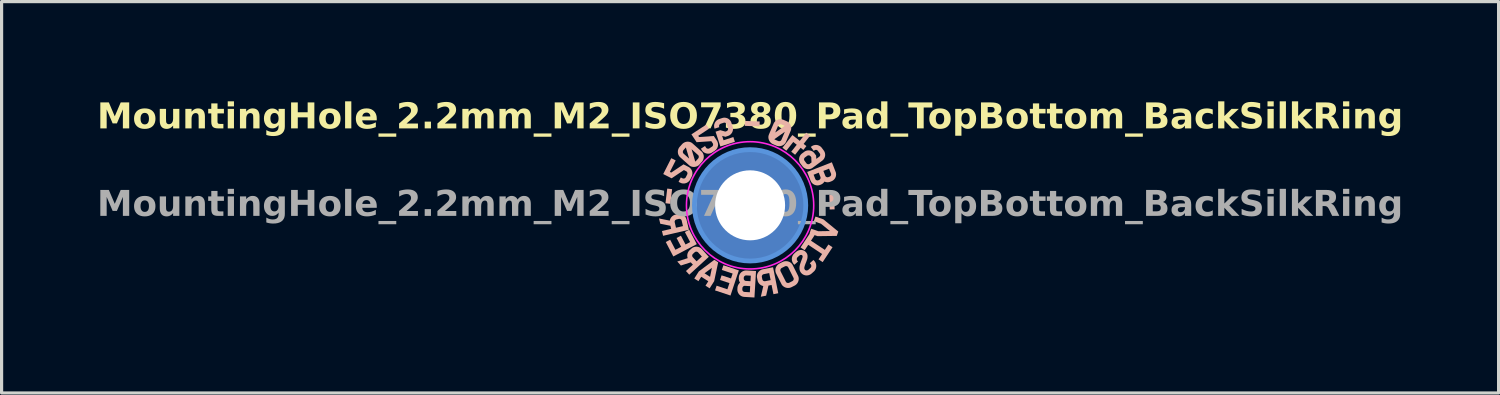
<source format=kicad_pcb>
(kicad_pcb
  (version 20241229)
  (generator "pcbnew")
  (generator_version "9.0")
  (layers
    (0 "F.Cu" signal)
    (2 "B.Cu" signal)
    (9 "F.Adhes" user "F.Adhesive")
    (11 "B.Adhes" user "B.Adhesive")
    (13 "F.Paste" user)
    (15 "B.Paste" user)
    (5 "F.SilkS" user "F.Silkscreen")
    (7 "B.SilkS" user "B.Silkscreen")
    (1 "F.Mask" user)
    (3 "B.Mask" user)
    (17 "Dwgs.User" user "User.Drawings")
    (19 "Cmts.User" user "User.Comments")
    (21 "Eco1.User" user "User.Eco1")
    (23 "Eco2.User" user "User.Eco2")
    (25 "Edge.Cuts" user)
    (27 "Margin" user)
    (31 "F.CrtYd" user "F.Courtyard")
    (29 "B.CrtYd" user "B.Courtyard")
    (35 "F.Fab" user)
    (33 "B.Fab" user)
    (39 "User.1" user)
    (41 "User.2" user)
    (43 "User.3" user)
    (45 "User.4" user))
  (footprint "MountingHole_2.2mm_M2_ISO7380_Pad_TopBottom_BackSilkRing"
    (layer "F.Cu")
    (at 20.524 3.403)
    (property "Reference" "MountingHole_2.2mm_M2_ISO7380_Pad_TopBottom_BackSilkRing" (at 0 -2.75 0) (unlocked yes) (layer "F.SilkS") (effects (font (face "PP Supply Sans Semibold") (size 0.8 0.8) (thickness 0.15))))
    (attr exclude_from_pos_files exclude_from_bom)
    (fp_poly (pts (xy -2.659 -0.065) (xy -2.505 -0.047) (xy -2.451 -0.508) (xy -2.604 -0.526)) (stroke (width -0.000001) (type solid)) (fill yes) (layer "B.SilkS"))
    (fp_poly (pts (xy -0.167 -2.497) (xy 0.297 -2.481) (xy 0.302 -2.636) (xy -0.162 -2.652)) (stroke (width -0.000001) (type solid)) (fill yes) (layer "B.SilkS"))
    (fp_poly (pts (xy 2.49 -0.333) (xy 2.501 0.131) (xy 2.656 0.127) (xy 2.645 -0.337)) (stroke (width -0.000001) (type solid)) (fill yes) (layer "B.SilkS"))
    (fp_poly (pts (xy -2.05 0.839) (xy -1.884 1.155) (xy -2.029 1.231) (xy -2.174 0.955) (xy -2.311 1.026) (xy -2.166 1.303) (xy -2.347 1.397) (xy -2.512 1.081) (xy -2.65 1.153) (xy -2.413 1.607) (xy -1.675 1.22) (xy -1.912 0.767)) (stroke (width -0.000001) (type solid)) (fill yes) (layer "B.SilkS"))
    (fp_poly (pts (xy -0.888 2.031) (xy -0.549 2.144) (xy -0.6 2.298) (xy -0.896 2.2) (xy -0.945 2.347) (xy -0.649 2.445) (xy -0.714 2.639) (xy -1.052 2.526) (xy -1.102 2.674) (xy -0.616 2.835) (xy -0.353 2.045) (xy -0.839 1.883)) (stroke (width -0.000001) (type solid)) (fill yes) (layer "B.SilkS"))
    (fp_poly (pts (xy 1.562 -2.026) (xy 1.33 -2.209) (xy 1.017 -1.811) (xy 1.139 -1.715) (xy 1.357 -1.991) (xy 1.466 -1.904) (xy 1.293 -1.685) (xy 1.415 -1.589) (xy 1.588 -1.809) (xy 1.675 -1.74) (xy 1.77 -1.862) (xy 1.683 -1.93) (xy 1.886 -2.188) (xy 1.764 -2.283)) (stroke (width -0.000001) (type solid)) (fill yes) (layer "B.SilkS"))
    (fp_poly (pts (xy -1.611 2.077) (xy -1.754 2.3) (xy -1.624 2.384) (xy -1.535 2.245) (xy -1.314 2.387) (xy -1.402 2.525) (xy -1.272 2.609) (xy -1.129 2.385) (xy -1.04 1.965) (xy -1.2 1.965) (xy -1.258 2.247) (xy -1.432 2.136) (xy -1.2 1.965) (xy -1.04 1.965) (xy -1.003 1.791) (xy -1.125 1.713)) (stroke (width -0.000001) (type solid)) (fill yes) (layer "B.SilkS"))
    (fp_poly (pts (xy 2.003 0.499) (xy 2.227 0.578) (xy 2.509 0.808) (xy 2.145 0.814) (xy 1.92 0.735) (xy 1.869 0.881) (xy 1.878 0.884) (xy 1.586 1.324) (xy 1.716 1.41) (xy 1.828 1.241) (xy 2.263 1.53) (xy 2.151 1.698) (xy 2.281 1.785) (xy 2.591 1.317) (xy 2.461 1.231) (xy 2.349 1.4) (xy 1.914 1.112) (xy 2.026 0.943) (xy 2.005 0.929) (xy 2.12 0.969) (xy 2.724 0.961) (xy 2.772 0.824) (xy 2.304 0.441) (xy 2.054 0.353)) (stroke (width -0.000001) (type solid)) (fill yes) (layer "B.SilkS"))
    (fp_poly (pts (xy -2.23 0.27) (xy -2.238 0.271) (xy -2.245 0.271) (xy -2.253 0.272) (xy -2.261 0.273) (xy -2.268 0.275) (xy -2.276 0.276) (xy -2.346 0.293) (xy -2.354 0.295) (xy -2.363 0.297) (xy -2.371 0.3) (xy -2.38 0.303) (xy -2.388 0.306) (xy -2.395 0.31) (xy -2.403 0.314) (xy -2.411 0.318) (xy -2.418 0.322) (xy -2.425 0.327) (xy -2.432 0.332) (xy -2.439 0.337) (xy -2.445 0.343) (xy -2.452 0.348) (xy -2.458 0.354) (xy -2.464 0.361) (xy -2.47 0.367) (xy -2.476 0.374) (xy -2.481 0.381) (xy -2.486 0.387) (xy -2.491 0.394) (xy -2.495 0.402) (xy -2.499 0.409) (xy -2.503 0.416) (xy -2.506 0.424) (xy -2.51 0.432) (xy -2.513 0.44) (xy -2.515 0.447) (xy -2.518 0.456) (xy -2.52 0.464) (xy -2.522 0.472) (xy -2.523 0.481) (xy -2.862 0.413) (xy -2.823 0.579) (xy -2.504 0.642) (xy -2.481 0.74) (xy -2.77 0.807) (xy -2.734 0.958) (xy -1.923 0.769) (xy -1.95 0.653) (xy -2.11 0.653) (xy -2.329 0.704) (xy -2.368 0.536) (xy -2.369 0.532) (xy -2.37 0.528) (xy -2.37 0.524) (xy -2.371 0.52) (xy -2.371 0.517) (xy -2.371 0.513) (xy -2.37 0.509) (xy -2.37 0.505) (xy -2.369 0.502) (xy -2.368 0.498) (xy -2.368 0.495) (xy -2.366 0.491) (xy -2.365 0.488) (xy -2.363 0.485) (xy -2.362 0.481) (xy -2.36 0.478) (xy -2.358 0.475) (xy -2.355 0.472) (xy -2.353 0.469) (xy -2.35 0.466) (xy -2.348 0.463) (xy -2.345 0.46) (xy -2.342 0.458) (xy -2.339 0.456) (xy -2.336 0.454) (xy -2.333 0.452) (xy -2.329 0.45) (xy -2.326 0.448) (xy -2.322 0.447) (xy -2.318 0.446) (xy -2.314 0.444) (xy -2.31 0.443) (xy -2.241 0.427) (xy -2.237 0.426) (xy -2.233 0.426) (xy -2.229 0.425) (xy -2.226 0.425) (xy -2.222 0.425) (xy -2.218 0.425) (xy -2.214 0.425) (xy -2.211 0.426) (xy -2.207 0.427) (xy -2.204 0.428) (xy -2.2 0.429) (xy -2.197 0.43) (xy -2.193 0.431) (xy -2.19 0.433) (xy -2.187 0.435) (xy -2.184 0.437) (xy -2.18 0.439) (xy -2.177 0.441) (xy -2.174 0.443) (xy -2.171 0.446) (xy -2.169 0.448) (xy -2.166 0.451) (xy -2.164 0.454) (xy -2.161 0.457) (xy -2.159 0.46) (xy -2.157 0.463) (xy -2.156 0.467) (xy -2.154 0.47) (xy -2.153 0.474) (xy -2.151 0.477) (xy -2.15 0.481) (xy -2.149 0.485) (xy -2.11 0.653) (xy -1.95 0.653) (xy -1.997 0.45) (xy -1.999 0.442) (xy -2.001 0.434) (xy -2.004 0.427) (xy -2.006 0.42) (xy -2.009 0.412) (xy -2.012 0.405) (xy -2.015 0.399) (xy -2.019 0.392) (xy -2.022 0.385) (xy -2.026 0.379) (xy -2.03 0.372) (xy -2.035 0.366) (xy -2.039 0.36) (xy -2.044 0.354) (xy -2.049 0.349) (xy -2.054 0.343) (xy -2.059 0.338) (xy -2.065 0.332) (xy -2.07 0.327) (xy -2.076 0.322) (xy -2.082 0.318) (xy -2.088 0.313) (xy -2.094 0.309) (xy -2.1 0.305) (xy -2.107 0.301) (xy -2.113 0.297) (xy -2.12 0.294) (xy -2.127 0.291) (xy -2.134 0.288) (xy -2.141 0.285) (xy -2.148 0.282) (xy -2.155 0.28) (xy -2.163 0.278) (xy -2.17 0.276) (xy -2.178 0.274) (xy -2.185 0.273) (xy -2.193 0.272) (xy -2.2 0.271) (xy -2.208 0.27) (xy -2.215 0.27) (xy -2.223 0.27)) (stroke (width -0.000001) (type solid)) (fill yes) (layer "B.SilkS"))
    (fp_poly (pts (xy -1.693 1.3) (xy -1.7 1.3) (xy -1.708 1.301) (xy -1.715 1.301) (xy -1.723 1.302) (xy -1.73 1.304) (xy -1.738 1.305) (xy -1.745 1.307) (xy -1.753 1.309) (xy -1.76 1.311) (xy -1.767 1.314) (xy -1.774 1.316) (xy -1.781 1.319) (xy -1.788 1.322) (xy -1.795 1.326) (xy -1.802 1.329) (xy -1.808 1.333) (xy -1.815 1.337) (xy -1.821 1.342) (xy -1.827 1.346) (xy -1.833 1.351) (xy -1.839 1.356) (xy -1.845 1.361) (xy -1.898 1.409) (xy -1.904 1.415) (xy -1.911 1.422) (xy -1.917 1.428) (xy -1.922 1.435) (xy -1.928 1.442) (xy -1.933 1.449) (xy -1.938 1.456) (xy -1.942 1.463) (xy -1.946 1.47) (xy -1.95 1.478) (xy -1.954 1.486) (xy -1.957 1.493) (xy -1.961 1.501) (xy -1.963 1.51) (xy -1.966 1.518) (xy -1.968 1.526) (xy -1.97 1.535) (xy -1.972 1.543) (xy -1.973 1.552) (xy -1.974 1.56) (xy -1.975 1.569) (xy -1.975 1.577) (xy -1.975 1.586) (xy -1.975 1.594) (xy -1.974 1.602) (xy -1.973 1.611) (xy -1.972 1.619) (xy -1.97 1.627) (xy -1.968 1.635) (xy -1.966 1.644) (xy -1.964 1.652) (xy -1.961 1.66) (xy -2.289 1.766) (xy -2.175 1.892) (xy -1.865 1.792) (xy -1.797 1.865) (xy -2.016 2.065) (xy -1.912 2.18) (xy -1.296 1.618) (xy -1.305 1.609) (xy -1.516 1.609) (xy -1.682 1.76) (xy -1.799 1.633) (xy -1.801 1.63) (xy -1.804 1.627) (xy -1.806 1.623) (xy -1.808 1.62) (xy -1.81 1.617) (xy -1.812 1.614) (xy -1.814 1.61) (xy -1.815 1.607) (xy -1.816 1.603) (xy -1.817 1.6) (xy -1.818 1.596) (xy -1.819 1.593) (xy -1.819 1.589) (xy -1.82 1.585) (xy -1.82 1.582) (xy -1.82 1.578) (xy -1.819 1.574) (xy -1.819 1.57) (xy -1.818 1.566) (xy -1.817 1.563) (xy -1.816 1.559) (xy -1.815 1.555) (xy -1.814 1.552) (xy -1.812 1.548) (xy -1.811 1.545) (xy -1.809 1.542) (xy -1.807 1.538) (xy -1.804 1.535) (xy -1.802 1.532) (xy -1.799 1.529) (xy -1.796 1.526) (xy -1.793 1.523) (xy -1.741 1.475) (xy -1.738 1.473) (xy -1.735 1.47) (xy -1.732 1.468) (xy -1.728 1.466) (xy -1.725 1.464) (xy -1.722 1.462) (xy -1.719 1.461) (xy -1.715 1.46) (xy -1.712 1.459) (xy -1.708 1.458) (xy -1.705 1.457) (xy -1.701 1.456) (xy -1.697 1.456) (xy -1.694 1.456) (xy -1.69 1.456) (xy -1.686 1.456) (xy -1.682 1.456) (xy -1.678 1.456) (xy -1.675 1.457) (xy -1.671 1.458) (xy -1.667 1.459) (xy -1.664 1.46) (xy -1.66 1.461) (xy -1.657 1.463) (xy -1.654 1.464) (xy -1.65 1.466) (xy -1.647 1.468) (xy -1.644 1.47) (xy -1.641 1.473) (xy -1.638 1.475) (xy -1.635 1.478) (xy -1.632 1.481) (xy -1.516 1.609) (xy -1.305 1.609) (xy -1.517 1.376) (xy -1.523 1.37) (xy -1.528 1.365) (xy -1.534 1.359) (xy -1.54 1.354) (xy -1.546 1.349) (xy -1.552 1.345) (xy -1.558 1.34) (xy -1.564 1.336) (xy -1.57 1.332) (xy -1.577 1.328) (xy -1.584 1.325) (xy -1.59 1.321) (xy -1.597 1.318) (xy -1.604 1.316) (xy -1.611 1.313) (xy -1.619 1.311) (xy -1.626 1.308) (xy -1.633 1.306) (xy -1.641 1.305) (xy -1.648 1.303) (xy -1.656 1.302) (xy -1.663 1.301) (xy -1.67 1.3) (xy -1.678 1.3) (xy -1.685 1.3)) (stroke (width -0.000001) (type solid)) (fill yes) (layer "B.SilkS"))
    (fp_poly (pts (xy 0.401 2.01) (xy 0.393 2.012) (xy 0.385 2.014) (xy 0.378 2.016) (xy 0.37 2.018) (xy 0.363 2.021) (xy 0.356 2.023) (xy 0.349 2.026) (xy 0.342 2.03) (xy 0.335 2.033) (xy 0.329 2.037) (xy 0.322 2.041) (xy 0.316 2.045) (xy 0.31 2.049) (xy 0.304 2.054) (xy 0.298 2.058) (xy 0.292 2.063) (xy 0.287 2.068) (xy 0.281 2.074) (xy 0.276 2.079) (xy 0.271 2.085) (xy 0.266 2.091) (xy 0.261 2.096) (xy 0.257 2.102) (xy 0.253 2.109) (xy 0.249 2.115) (xy 0.245 2.121) (xy 0.241 2.128) (xy 0.238 2.135) (xy 0.234 2.141) (xy 0.231 2.148) (xy 0.229 2.156) (xy 0.226 2.163) (xy 0.224 2.17) (xy 0.222 2.178) (xy 0.22 2.185) (xy 0.218 2.192) (xy 0.217 2.2) (xy 0.216 2.207) (xy 0.215 2.215) (xy 0.214 2.222) (xy 0.214 2.23) (xy 0.214 2.237) (xy 0.214 2.245) (xy 0.215 2.253) (xy 0.215 2.26) (xy 0.216 2.268) (xy 0.217 2.276) (xy 0.219 2.283) (xy 0.233 2.353) (xy 0.235 2.362) (xy 0.237 2.371) (xy 0.239 2.379) (xy 0.242 2.388) (xy 0.245 2.396) (xy 0.248 2.404) (xy 0.252 2.412) (xy 0.256 2.419) (xy 0.26 2.427) (xy 0.265 2.434) (xy 0.269 2.441) (xy 0.274 2.448) (xy 0.279 2.455) (xy 0.285 2.461) (xy 0.291 2.468) (xy 0.297 2.474) (xy 0.303 2.48) (xy 0.31 2.486) (xy 0.316 2.491) (xy 0.323 2.497) (xy 0.33 2.501) (xy 0.337 2.506) (xy 0.344 2.51) (xy 0.352 2.514) (xy 0.359 2.518) (xy 0.367 2.522) (xy 0.374 2.525) (xy 0.382 2.528) (xy 0.39 2.53) (xy 0.398 2.533) (xy 0.407 2.535) (xy 0.415 2.537) (xy 0.337 2.873) (xy 0.504 2.839) (xy 0.577 2.522) (xy 0.675 2.503) (xy 0.734 2.793) (xy 0.885 2.763) (xy 0.803 2.35) (xy 0.645 2.35) (xy 0.476 2.384) (xy 0.472 2.384) (xy 0.468 2.385) (xy 0.464 2.385) (xy 0.46 2.385) (xy 0.456 2.385) (xy 0.452 2.385) (xy 0.448 2.385) (xy 0.445 2.384) (xy 0.441 2.384) (xy 0.438 2.383) (xy 0.434 2.382) (xy 0.431 2.38) (xy 0.427 2.379) (xy 0.424 2.377) (xy 0.421 2.375) (xy 0.418 2.373) (xy 0.414 2.371) (xy 0.411 2.369) (xy 0.408 2.366) (xy 0.406 2.364) (xy 0.403 2.361) (xy 0.401 2.358) (xy 0.398 2.355) (xy 0.396 2.352) (xy 0.394 2.349) (xy 0.392 2.345) (xy 0.391 2.342) (xy 0.389 2.338) (xy 0.388 2.335) (xy 0.386 2.331) (xy 0.385 2.327) (xy 0.384 2.323) (xy 0.37 2.253) (xy 0.37 2.249) (xy 0.369 2.245) (xy 0.369 2.241) (xy 0.369 2.238) (xy 0.369 2.234) (xy 0.369 2.23) (xy 0.37 2.226) (xy 0.37 2.223) (xy 0.371 2.219) (xy 0.372 2.216) (xy 0.373 2.212) (xy 0.375 2.209) (xy 0.376 2.206) (xy 0.378 2.202) (xy 0.38 2.199) (xy 0.382 2.196) (xy 0.384 2.193) (xy 0.387 2.19) (xy 0.389 2.187) (xy 0.391 2.184) (xy 0.394 2.181) (xy 0.397 2.179) (xy 0.4 2.177) (xy 0.403 2.174) (xy 0.406 2.173) (xy 0.409 2.171) (xy 0.413 2.169) (xy 0.416 2.167) (xy 0.42 2.166) (xy 0.423 2.165) (xy 0.427 2.164) (xy 0.431 2.163) (xy 0.601 2.129) (xy 0.645 2.35) (xy 0.803 2.35) (xy 0.722 1.946)) (stroke (width -0.000001) (type solid)) (fill yes) (layer "B.SilkS"))
    (fp_poly (pts (xy -2.73 -0.983) (xy -2.466 -0.849) (xy -2.08 -1.108) (xy -2.01 -1.072) (xy -2.007 -1.07) (xy -2.003 -1.068) (xy -2 -1.066) (xy -1.997 -1.064) (xy -1.994 -1.061) (xy -1.992 -1.059) (xy -1.989 -1.056) (xy -1.987 -1.054) (xy -1.984 -1.051) (xy -1.982 -1.048) (xy -1.98 -1.045) (xy -1.978 -1.042) (xy -1.977 -1.038) (xy -1.975 -1.035) (xy -1.974 -1.031) (xy -1.973 -1.028) (xy -1.972 -1.024) (xy -1.971 -1.02) (xy -1.97 -1.017) (xy -1.969 -1.013) (xy -1.969 -1.009) (xy -1.969 -1.006) (xy -1.969 -1.002) (xy -1.969 -0.998) (xy -1.969 -0.994) (xy -1.97 -0.991) (xy -1.97 -0.987) (xy -1.971 -0.983) (xy -1.973 -0.98) (xy -1.974 -0.976) (xy -1.976 -0.972) (xy -1.977 -0.969) (xy -2.02 -0.884) (xy -2.022 -0.88) (xy -2.024 -0.877) (xy -2.026 -0.874) (xy -2.029 -0.871) (xy -2.031 -0.868) (xy -2.033 -0.865) (xy -2.036 -0.863) (xy -2.039 -0.86) (xy -2.042 -0.858) (xy -2.045 -0.856) (xy -2.048 -0.853) (xy -2.051 -0.852) (xy -2.054 -0.85) (xy -2.058 -0.848) (xy -2.062 -0.846) (xy -2.065 -0.845) (xy -2.069 -0.844) (xy -2.073 -0.843) (xy -2.077 -0.842) (xy -2.08 -0.841) (xy -2.084 -0.841) (xy -2.088 -0.841) (xy -2.092 -0.841) (xy -2.095 -0.841) (xy -2.099 -0.841) (xy -2.102 -0.842) (xy -2.106 -0.843) (xy -2.109 -0.844) (xy -2.113 -0.845) (xy -2.116 -0.846) (xy -2.12 -0.847) (xy -2.123 -0.849) (xy -2.178 -0.876) (xy -2.248 -0.738) (xy -2.193 -0.711) (xy -2.186 -0.708) (xy -2.179 -0.704) (xy -2.172 -0.701) (xy -2.165 -0.699) (xy -2.158 -0.696) (xy -2.151 -0.694) (xy -2.143 -0.692) (xy -2.136 -0.691) (xy -2.129 -0.689) (xy -2.121 -0.688) (xy -2.114 -0.687) (xy -2.107 -0.686) (xy -2.099 -0.686) (xy -2.092 -0.686) (xy -2.084 -0.686) (xy -2.076 -0.686) (xy -2.069 -0.687) (xy -2.061 -0.688) (xy -2.053 -0.689) (xy -2.046 -0.69) (xy -2.039 -0.692) (xy -2.031 -0.694) (xy -2.024 -0.696) (xy -2.017 -0.698) (xy -2.01 -0.7) (xy -2.003 -0.703) (xy -1.996 -0.706) (xy -1.989 -0.709) (xy -1.982 -0.712) (xy -1.976 -0.716) (xy -1.969 -0.72) (xy -1.963 -0.724) (xy -1.956 -0.728) (xy -1.95 -0.732) (xy -1.944 -0.737) (xy -1.938 -0.742) (xy -1.932 -0.747) (xy -1.927 -0.752) (xy -1.921 -0.757) (xy -1.916 -0.763) (xy -1.911 -0.768) (xy -1.906 -0.774) (xy -1.902 -0.78) (xy -1.897 -0.786) (xy -1.893 -0.793) (xy -1.889 -0.799) (xy -1.885 -0.806) (xy -1.881 -0.813) (xy -1.838 -0.898) (xy -1.835 -0.905) (xy -1.832 -0.912) (xy -1.829 -0.92) (xy -1.826 -0.927) (xy -1.823 -0.934) (xy -1.821 -0.941) (xy -1.819 -0.949) (xy -1.817 -0.956) (xy -1.816 -0.964) (xy -1.815 -0.971) (xy -1.814 -0.978) (xy -1.813 -0.986) (xy -1.813 -0.993) (xy -1.813 -1.001) (xy -1.813 -1.008) (xy -1.813 -1.016) (xy -1.814 -1.024) (xy -1.814 -1.031) (xy -1.815 -1.039) (xy -1.817 -1.046) (xy -1.818 -1.054) (xy -1.82 -1.061) (xy -1.822 -1.068) (xy -1.824 -1.075) (xy -1.827 -1.082) (xy -1.829 -1.089) (xy -1.832 -1.096) (xy -1.835 -1.103) (xy -1.839 -1.11) (xy -1.842 -1.117) (xy -1.846 -1.123) (xy -1.85 -1.13) (xy -1.855 -1.136) (xy -1.859 -1.142) (xy -1.864 -1.148) (xy -1.869 -1.154) (xy -1.874 -1.16) (xy -1.879 -1.165) (xy -1.884 -1.171) (xy -1.89 -1.176) (xy -1.895 -1.181) (xy -1.901 -1.185) (xy -1.907 -1.19) (xy -1.914 -1.194) (xy -1.92 -1.199) (xy -1.927 -1.203) (xy -1.933 -1.206) (xy -1.94 -1.21) (xy -2.093 -1.288) (xy -2.479 -1.029) (xy -2.521 -1.05) (xy -2.338 -1.411) (xy -2.477 -1.482)) (stroke (width -0.000001) (type solid)) (fill yes) (layer "B.SilkS"))
    (fp_poly (pts (xy -1.844 -2.231) (xy -1.681 -1.984) (xy -1.218 -2.016) (xy -1.175 -1.951) (xy -1.173 -1.947) (xy -1.171 -1.944) (xy -1.169 -1.94) (xy -1.168 -1.937) (xy -1.166 -1.933) (xy -1.165 -1.93) (xy -1.164 -1.926) (xy -1.164 -1.923) (xy -1.163 -1.919) (xy -1.163 -1.916) (xy -1.163 -1.912) (xy -1.163 -1.908) (xy -1.163 -1.905) (xy -1.163 -1.901) (xy -1.164 -1.897) (xy -1.165 -1.893) (xy -1.165 -1.89) (xy -1.166 -1.886) (xy -1.167 -1.882) (xy -1.169 -1.879) (xy -1.17 -1.875) (xy -1.172 -1.872) (xy -1.174 -1.869) (xy -1.176 -1.866) (xy -1.178 -1.863) (xy -1.18 -1.86) (xy -1.183 -1.857) (xy -1.185 -1.854) (xy -1.188 -1.852) (xy -1.191 -1.849) (xy -1.194 -1.847) (xy -1.198 -1.844) (xy -1.277 -1.792) (xy -1.281 -1.79) (xy -1.284 -1.788) (xy -1.287 -1.786) (xy -1.291 -1.785) (xy -1.294 -1.784) (xy -1.298 -1.782) (xy -1.301 -1.781) (xy -1.305 -1.781) (xy -1.309 -1.78) (xy -1.312 -1.78) (xy -1.316 -1.779) (xy -1.32 -1.779) (xy -1.324 -1.779) (xy -1.328 -1.78) (xy -1.332 -1.78) (xy -1.336 -1.781) (xy -1.34 -1.782) (xy -1.343 -1.783) (xy -1.347 -1.784) (xy -1.35 -1.785) (xy -1.354 -1.787) (xy -1.357 -1.788) (xy -1.36 -1.79) (xy -1.363 -1.792) (xy -1.366 -1.794) (xy -1.369 -1.796) (xy -1.372 -1.799) (xy -1.375 -1.801) (xy -1.377 -1.804) (xy -1.38 -1.807) (xy -1.382 -1.81) (xy -1.384 -1.813) (xy -1.417 -1.864) (xy -1.547 -1.779) (xy -1.513 -1.728) (xy -1.509 -1.722) (xy -1.504 -1.715) (xy -1.5 -1.709) (xy -1.495 -1.703) (xy -1.49 -1.698) (xy -1.485 -1.692) (xy -1.479 -1.687) (xy -1.474 -1.682) (xy -1.468 -1.677) (xy -1.462 -1.672) (xy -1.456 -1.668) (xy -1.45 -1.664) (xy -1.444 -1.66) (xy -1.437 -1.656) (xy -1.431 -1.652) (xy -1.424 -1.649) (xy -1.417 -1.645) (xy -1.41 -1.642) (xy -1.403 -1.64) (xy -1.396 -1.637) (xy -1.388 -1.635) (xy -1.381 -1.633) (xy -1.374 -1.631) (xy -1.367 -1.629) (xy -1.359 -1.628) (xy -1.352 -1.626) (xy -1.344 -1.626) (xy -1.337 -1.625) (xy -1.33 -1.624) (xy -1.322 -1.624) (xy -1.315 -1.624) (xy -1.307 -1.624) (xy -1.299 -1.625) (xy -1.292 -1.626) (xy -1.284 -1.627) (xy -1.276 -1.628) (xy -1.269 -1.629) (xy -1.261 -1.631) (xy -1.254 -1.633) (xy -1.247 -1.635) (xy -1.24 -1.637) (xy -1.233 -1.64) (xy -1.226 -1.643) (xy -1.219 -1.646) (xy -1.212 -1.65) (xy -1.205 -1.654) (xy -1.198 -1.657) (xy -1.192 -1.662) (xy -1.112 -1.714) (xy -1.106 -1.718) (xy -1.099 -1.723) (xy -1.093 -1.728) (xy -1.087 -1.733) (xy -1.081 -1.738) (xy -1.076 -1.743) (xy -1.07 -1.749) (xy -1.065 -1.754) (xy -1.06 -1.76) (xy -1.056 -1.766) (xy -1.051 -1.772) (xy -1.047 -1.778) (xy -1.043 -1.784) (xy -1.039 -1.791) (xy -1.035 -1.797) (xy -1.032 -1.804) (xy -1.028 -1.811) (xy -1.025 -1.818) (xy -1.022 -1.825) (xy -1.02 -1.832) (xy -1.017 -1.839) (xy -1.015 -1.846) (xy -1.013 -1.854) (xy -1.012 -1.861) (xy -1.01 -1.868) (xy -1.009 -1.876) (xy -1.008 -1.883) (xy -1.008 -1.891) (xy -1.007 -1.898) (xy -1.007 -1.906) (xy -1.007 -1.913) (xy -1.008 -1.921) (xy -1.008 -1.929) (xy -1.009 -1.936) (xy -1.01 -1.944) (xy -1.011 -1.951) (xy -1.013 -1.959) (xy -1.015 -1.966) (xy -1.017 -1.973) (xy -1.019 -1.981) (xy -1.021 -1.988) (xy -1.024 -1.995) (xy -1.027 -2.002) (xy -1.03 -2.009) (xy -1.034 -2.015) (xy -1.038 -2.022) (xy -1.042 -2.029) (xy -1.046 -2.036) (xy -1.14 -2.179) (xy -1.603 -2.146) (xy -1.629 -2.185) (xy -1.29 -2.408) (xy -1.376 -2.538)) (stroke (width -0.000001) (type solid)) (fill yes) (layer "B.SilkS"))
    (fp_poly (pts (xy -0.812 -2.755) (xy -0.819 -2.754) (xy -0.827 -2.754) (xy -0.834 -2.753) (xy -0.842 -2.752) (xy -0.849 -2.751) (xy -0.857 -2.749) (xy -0.864 -2.747) (xy -0.872 -2.745) (xy -0.879 -2.743) (xy -0.97 -2.713) (xy -0.977 -2.711) (xy -0.985 -2.708) (xy -0.992 -2.705) (xy -0.999 -2.702) (xy -1.006 -2.699) (xy -1.012 -2.695) (xy -1.019 -2.691) (xy -1.025 -2.687) (xy -1.031 -2.683) (xy -1.038 -2.679) (xy -1.044 -2.674) (xy -1.049 -2.669) (xy -1.055 -2.664) (xy -1.061 -2.659) (xy -1.066 -2.653) (xy -1.071 -2.648) (xy -1.076 -2.642) (xy -1.081 -2.636) (xy -1.086 -2.63) (xy -1.09 -2.623) (xy -1.094 -2.617) (xy -1.098 -2.611) (xy -1.102 -2.604) (xy -1.106 -2.598) (xy -1.109 -2.591) (xy -1.112 -2.584) (xy -1.115 -2.577) (xy -1.118 -2.57) (xy -1.12 -2.563) (xy -1.123 -2.556) (xy -1.125 -2.548) (xy -1.127 -2.541) (xy -1.128 -2.533) (xy -1.129 -2.526) (xy -1.13 -2.518) (xy -1.131 -2.511) (xy -1.131 -2.503) (xy -1.132 -2.496) (xy -1.132 -2.488) (xy -1.131 -2.48) (xy -1.131 -2.473) (xy -1.13 -2.465) (xy -1.129 -2.458) (xy -1.128 -2.45) (xy -1.126 -2.443) (xy -1.124 -2.435) (xy -1.122 -2.428) (xy -1.12 -2.42) (xy -1.116 -2.409) (xy -0.968 -2.457) (xy -0.972 -2.469) (xy -0.973 -2.472) (xy -0.974 -2.476) (xy -0.974 -2.48) (xy -0.975 -2.483) (xy -0.975 -2.487) (xy -0.975 -2.491) (xy -0.975 -2.494) (xy -0.975 -2.498) (xy -0.975 -2.502) (xy -0.974 -2.505) (xy -0.973 -2.509) (xy -0.972 -2.512) (xy -0.971 -2.516) (xy -0.97 -2.519) (xy -0.968 -2.523) (xy -0.967 -2.527) (xy -0.965 -2.53) (xy -0.963 -2.533) (xy -0.961 -2.537) (xy -0.958 -2.54) (xy -0.956 -2.543) (xy -0.953 -2.545) (xy -0.951 -2.548) (xy -0.948 -2.551) (xy -0.945 -2.553) (xy -0.942 -2.555) (xy -0.939 -2.557) (xy -0.936 -2.559) (xy -0.932 -2.561) (xy -0.929 -2.562) (xy -0.925 -2.564) (xy -0.922 -2.565) (xy -0.831 -2.595) (xy -0.827 -2.596) (xy -0.823 -2.597) (xy -0.82 -2.598) (xy -0.816 -2.598) (xy -0.812 -2.599) (xy -0.809 -2.599) (xy -0.805 -2.599) (xy -0.801 -2.599) (xy -0.798 -2.598) (xy -0.794 -2.598) (xy -0.791 -2.597) (xy -0.787 -2.596) (xy -0.784 -2.595) (xy -0.78 -2.594) (xy -0.777 -2.592) (xy -0.773 -2.591) (xy -0.77 -2.589) (xy -0.767 -2.587) (xy -0.763 -2.585) (xy -0.76 -2.583) (xy -0.757 -2.58) (xy -0.755 -2.578) (xy -0.752 -2.575) (xy -0.75 -2.572) (xy -0.747 -2.569) (xy -0.745 -2.566) (xy -0.743 -2.563) (xy -0.741 -2.56) (xy -0.739 -2.557) (xy -0.738 -2.553) (xy -0.736 -2.55) (xy -0.735 -2.546) (xy -0.695 -2.425) (xy -0.694 -2.421) (xy -0.693 -2.417) (xy -0.693 -2.414) (xy -0.692 -2.41) (xy -0.692 -2.406) (xy -0.692 -2.403) (xy -0.692 -2.399) (xy -0.692 -2.395) (xy -0.692 -2.392) (xy -0.693 -2.388) (xy -0.694 -2.385) (xy -0.695 -2.381) (xy -0.696 -2.377) (xy -0.697 -2.374) (xy -0.699 -2.37) (xy -0.7 -2.367) (xy -0.702 -2.363) (xy -0.704 -2.36) (xy -0.706 -2.357) (xy -0.709 -2.354) (xy -0.711 -2.351) (xy -0.713 -2.348) (xy -0.716 -2.345) (xy -0.719 -2.343) (xy -0.721 -2.341) (xy -0.724 -2.338) (xy -0.727 -2.336) (xy -0.731 -2.335) (xy -0.734 -2.333) (xy -0.737 -2.331) (xy -0.741 -2.33) (xy -0.744 -2.329) (xy -0.779 -2.317) (xy -0.937 -2.362) (xy -1.085 -2.314) (xy -0.934 -1.849) (xy -0.477 -1.997) (xy -0.526 -2.146) (xy -0.834 -2.045) (xy -0.878 -2.182) (xy -0.776 -2.154) (xy -0.696 -2.18) (xy -0.689 -2.183) (xy -0.681 -2.186) (xy -0.674 -2.189) (xy -0.667 -2.192) (xy -0.66 -2.195) (xy -0.654 -2.199) (xy -0.647 -2.203) (xy -0.641 -2.207) (xy -0.635 -2.211) (xy -0.629 -2.215) (xy -0.623 -2.22) (xy -0.617 -2.225) (xy -0.612 -2.23) (xy -0.606 -2.235) (xy -0.601 -2.241) (xy -0.596 -2.247) (xy -0.591 -2.252) (xy -0.586 -2.258) (xy -0.582 -2.264) (xy -0.577 -2.271) (xy -0.573 -2.277) (xy -0.569 -2.283) (xy -0.565 -2.29) (xy -0.562 -2.296) (xy -0.559 -2.303) (xy -0.556 -2.31) (xy -0.553 -2.317) (xy -0.55 -2.324) (xy -0.548 -2.331) (xy -0.546 -2.338) (xy -0.544 -2.346) (xy -0.542 -2.353) (xy -0.54 -2.361) (xy -0.539 -2.368) (xy -0.538 -2.376) (xy -0.537 -2.383) (xy -0.536 -2.391) (xy -0.536 -2.398) (xy -0.536 -2.406) (xy -0.536 -2.413) (xy -0.537 -2.421) (xy -0.537 -2.428) (xy -0.538 -2.435) (xy -0.539 -2.443) (xy -0.541 -2.45) (xy -0.543 -2.458) (xy -0.545 -2.465) (xy -0.547 -2.473) (xy -0.587 -2.594) (xy -0.589 -2.602) (xy -0.592 -2.609) (xy -0.595 -2.616) (xy -0.598 -2.623) (xy -0.601 -2.63) (xy -0.605 -2.636) (xy -0.609 -2.643) (xy -0.613 -2.649) (xy -0.617 -2.656) (xy -0.621 -2.662) (xy -0.626 -2.668) (xy -0.631 -2.674) (xy -0.636 -2.679) (xy -0.641 -2.685) (xy -0.647 -2.69) (xy -0.652 -2.695) (xy -0.658 -2.7) (xy -0.664 -2.705) (xy -0.67 -2.71) (xy -0.676 -2.714) (xy -0.682 -2.719) (xy -0.689 -2.722) (xy -0.695 -2.726) (xy -0.702 -2.73) (xy -0.709 -2.733) (xy -0.715 -2.736) (xy -0.722 -2.739) (xy -0.729 -2.741) (xy -0.737 -2.744) (xy -0.744 -2.746) (xy -0.751 -2.748) (xy -0.759 -2.75) (xy -0.766 -2.751) (xy -0.774 -2.752) (xy -0.781 -2.753) (xy -0.789 -2.754) (xy -0.797 -2.754) (xy -0.804 -2.755)) (stroke (width -0.000001) (type solid)) (fill yes) (layer "B.SilkS"))
    (fp_poly (pts (xy 0.944 -2.706) (xy 0.936 -2.706) (xy 0.928 -2.705) (xy 0.92 -2.704) (xy 0.913 -2.703) (xy 0.905 -2.701) (xy 0.897 -2.699) (xy 0.89 -2.697) (xy 0.883 -2.695) (xy 0.875 -2.693) (xy 0.868 -2.69) (xy 0.861 -2.687) (xy 0.854 -2.684) (xy 0.847 -2.681) (xy 0.84 -2.677) (xy 0.833 -2.674) (xy 0.827 -2.67) (xy 0.82 -2.665) (xy 0.814 -2.661) (xy 0.807 -2.656) (xy 0.801 -2.651) (xy 0.795 -2.646) (xy 0.79 -2.641) (xy 0.784 -2.636) (xy 0.779 -2.63) (xy 0.774 -2.625) (xy 0.769 -2.619) (xy 0.765 -2.613) (xy 0.76 -2.607) (xy 0.756 -2.601) (xy 0.752 -2.594) (xy 0.748 -2.587) (xy 0.745 -2.581) (xy 0.741 -2.574) (xy 0.738 -2.566) (xy 0.593 -2.228) (xy 0.59 -2.221) (xy 0.588 -2.214) (xy 0.585 -2.206) (xy 0.583 -2.199) (xy 0.581 -2.192) (xy 0.579 -2.184) (xy 0.578 -2.177) (xy 0.577 -2.169) (xy 0.576 -2.162) (xy 0.575 -2.155) (xy 0.575 -2.147) (xy 0.575 -2.14) (xy 0.575 -2.132) (xy 0.576 -2.124) (xy 0.576 -2.117) (xy 0.577 -2.109) (xy 0.579 -2.102) (xy 0.58 -2.094) (xy 0.582 -2.086) (xy 0.584 -2.079) (xy 0.586 -2.072) (xy 0.588 -2.064) (xy 0.591 -2.057) (xy 0.594 -2.05) (xy 0.597 -2.043) (xy 0.6 -2.036) (xy 0.604 -2.029) (xy 0.608 -2.023) (xy 0.612 -2.016) (xy 0.616 -2.01) (xy 0.62 -2.003) (xy 0.625 -1.997) (xy 0.63 -1.991) (xy 0.635 -1.984) (xy 0.64 -1.979) (xy 0.646 -1.973) (xy 0.651 -1.967) (xy 0.657 -1.962) (xy 0.663 -1.957) (xy 0.669 -1.952) (xy 0.675 -1.947) (xy 0.682 -1.943) (xy 0.688 -1.938) (xy 0.695 -1.934) (xy 0.702 -1.93) (xy 0.709 -1.926) (xy 0.717 -1.923) (xy 0.724 -1.92) (xy 0.816 -1.88) (xy 0.824 -1.877) (xy 0.831 -1.874) (xy 0.839 -1.872) (xy 0.847 -1.869) (xy 0.854 -1.867) (xy 0.862 -1.865) (xy 0.87 -1.864) (xy 0.878 -1.862) (xy 0.885 -1.861) (xy 0.893 -1.86) (xy 0.901 -1.86) (xy 0.909 -1.859) (xy 0.916 -1.859) (xy 0.924 -1.86) (xy 0.932 -1.86) (xy 0.94 -1.861) (xy 0.948 -1.862) (xy 0.955 -1.863) (xy 0.963 -1.864) (xy 0.971 -1.866) (xy 0.978 -1.868) (xy 0.986 -1.87) (xy 0.993 -1.872) (xy 1 -1.875) (xy 1.007 -1.878) (xy 1.014 -1.881) (xy 1.021 -1.884) (xy 1.028 -1.887) (xy 1.035 -1.891) (xy 1.041 -1.895) (xy 1.048 -1.899) (xy 1.054 -1.904) (xy 1.06 -1.909) (xy 1.066 -1.913) (xy 1.072 -1.918) (xy 1.078 -1.924) (xy 1.083 -1.929) (xy 1.088 -1.934) (xy 1.093 -1.94) (xy 1.098 -1.946) (xy 1.103 -1.952) (xy 1.107 -1.958) (xy 1.111 -1.964) (xy 1.115 -1.971) (xy 1.119 -1.978) (xy 1.123 -1.984) (xy 1.126 -1.991) (xy 1.13 -1.998) (xy 1.263 -2.311) (xy 1.092 -2.311) (xy 0.985 -2.06) (xy 0.983 -2.057) (xy 0.982 -2.053) (xy 0.98 -2.05) (xy 0.978 -2.047) (xy 0.975 -2.044) (xy 0.973 -2.041) (xy 0.97 -2.038) (xy 0.968 -2.036) (xy 0.965 -2.033) (xy 0.962 -2.031) (xy 0.959 -2.029) (xy 0.955 -2.027) (xy 0.952 -2.025) (xy 0.949 -2.024) (xy 0.945 -2.022) (xy 0.941 -2.021) (xy 0.937 -2.02) (xy 0.933 -2.018) (xy 0.929 -2.018) (xy 0.925 -2.017) (xy 0.922 -2.016) (xy 0.918 -2.016) (xy 0.914 -2.016) (xy 0.91 -2.016) (xy 0.906 -2.016) (xy 0.902 -2.017) (xy 0.898 -2.017) (xy 0.894 -2.018) (xy 0.89 -2.019) (xy 0.886 -2.02) (xy 0.881 -2.022) (xy 0.877 -2.024) (xy 0.785 -2.063) (xy 0.782 -2.064) (xy 0.779 -2.066) (xy 0.776 -2.068) (xy 0.773 -2.069) (xy 0.77 -2.071) (xy 0.767 -2.073) (xy 0.764 -2.075) (xy 0.762 -2.077) (xy 1.092 -2.311) (xy 1.263 -2.311) (xy 1.274 -2.337) (xy 1.277 -2.344) (xy 1.28 -2.351) (xy 1.282 -2.359) (xy 1.285 -2.366) (xy 1.286 -2.373) (xy 1.288 -2.381) (xy 1.289 -2.388) (xy 1.291 -2.396) (xy 1.291 -2.403) (xy 1.292 -2.411) (xy 1.292 -2.419) (xy 1.292 -2.426) (xy 1.292 -2.434) (xy 1.291 -2.442) (xy 1.291 -2.449) (xy 1.29 -2.457) (xy 1.288 -2.465) (xy 1.287 -2.472) (xy 1.285 -2.48) (xy 1.283 -2.487) (xy 1.281 -2.495) (xy 1.28 -2.499) (xy 1.089 -2.499) (xy 0.79 -2.288) (xy 0.882 -2.504) (xy 0.884 -2.508) (xy 0.886 -2.511) (xy 0.888 -2.515) (xy 0.89 -2.518) (xy 0.892 -2.521) (xy 0.894 -2.523) (xy 0.897 -2.526) (xy 0.9 -2.529) (xy 0.902 -2.531) (xy 0.905 -2.533) (xy 0.909 -2.535) (xy 0.912 -2.537) (xy 0.915 -2.539) (xy 0.919 -2.541) (xy 0.923 -2.542) (xy 0.927 -2.544) (xy 0.931 -2.545) (xy 0.935 -2.546) (xy 0.939 -2.547) (xy 0.943 -2.548) (xy 0.946 -2.548) (xy 0.95 -2.549) (xy 0.954 -2.549) (xy 0.958 -2.549) (xy 0.962 -2.548) (xy 0.966 -2.548) (xy 0.97 -2.547) (xy 0.974 -2.547) (xy 0.978 -2.545) (xy 0.982 -2.544) (xy 0.986 -2.543) (xy 0.99 -2.541) (xy 1.082 -2.502) (xy 1.089 -2.499) (xy 1.28 -2.499) (xy 1.279 -2.502) (xy 1.276 -2.509) (xy 1.274 -2.516) (xy 1.27 -2.523) (xy 1.267 -2.53) (xy 1.264 -2.537) (xy 1.26 -2.544) (xy 1.256 -2.551) (xy 1.252 -2.558) (xy 1.247 -2.564) (xy 1.242 -2.571) (xy 1.238 -2.577) (xy 1.232 -2.583) (xy 1.227 -2.588) (xy 1.222 -2.594) (xy 1.216 -2.599) (xy 1.211 -2.605) (xy 1.205 -2.61) (xy 1.199 -2.615) (xy 1.192 -2.619) (xy 1.186 -2.624) (xy 1.179 -2.628) (xy 1.173 -2.632) (xy 1.166 -2.636) (xy 1.159 -2.64) (xy 1.151 -2.643) (xy 1.144 -2.646) (xy 1.052 -2.686) (xy 1.045 -2.689) (xy 1.037 -2.692) (xy 1.029 -2.694) (xy 1.022 -2.697) (xy 1.014 -2.699) (xy 1.006 -2.701) (xy 0.999 -2.702) (xy 0.991 -2.703) (xy 0.983 -2.705) (xy 0.975 -2.705) (xy 0.968 -2.706) (xy 0.96 -2.706) (xy 0.952 -2.706)) (stroke (width -0.000001) (type solid)) (fill yes) (layer "B.SilkS"))
    (fp_poly (pts (xy -1.969 -2) (xy -1.976 -2) (xy -1.984 -1.999) (xy -1.992 -1.998) (xy -1.999 -1.997) (xy -2.007 -1.996) (xy -2.015 -1.994) (xy -2.022 -1.992) (xy -2.03 -1.99) (xy -2.038 -1.988) (xy -2.045 -1.985) (xy -2.052 -1.982) (xy -2.059 -1.979) (xy -2.066 -1.976) (xy -2.073 -1.972) (xy -2.08 -1.968) (xy -2.087 -1.964) (xy -2.093 -1.96) (xy -2.1 -1.956) (xy -2.106 -1.951) (xy -2.112 -1.946) (xy -2.118 -1.941) (xy -2.124 -1.936) (xy -2.13 -1.93) (xy -2.135 -1.924) (xy -2.141 -1.918) (xy -2.207 -1.844) (xy -2.213 -1.838) (xy -2.218 -1.831) (xy -2.223 -1.825) (xy -2.227 -1.819) (xy -2.232 -1.812) (xy -2.236 -1.805) (xy -2.24 -1.799) (xy -2.244 -1.792) (xy -2.247 -1.785) (xy -2.25 -1.778) (xy -2.253 -1.77) (xy -2.256 -1.763) (xy -2.259 -1.756) (xy -2.261 -1.748) (xy -2.263 -1.74) (xy -2.265 -1.733) (xy -2.267 -1.725) (xy -2.268 -1.717) (xy -2.269 -1.709) (xy -2.27 -1.702) (xy -2.27 -1.694) (xy -2.27 -1.686) (xy -2.27 -1.679) (xy -2.27 -1.671) (xy -2.27 -1.663) (xy -2.269 -1.656) (xy -2.268 -1.648) (xy -2.267 -1.64) (xy -2.266 -1.633) (xy -2.264 -1.625) (xy -2.262 -1.617) (xy -2.26 -1.61) (xy -2.258 -1.602) (xy -2.255 -1.595) (xy -2.252 -1.588) (xy -2.249 -1.581) (xy -2.246 -1.574) (xy -2.242 -1.568) (xy -2.238 -1.561) (xy -2.234 -1.555) (xy -2.23 -1.548) (xy -2.226 -1.542) (xy -2.221 -1.536) (xy -2.216 -1.53) (xy -2.211 -1.525) (xy -2.206 -1.519) (xy -2.2 -1.513) (xy -2.194 -1.508) (xy -1.92 -1.263) (xy -1.914 -1.258) (xy -1.908 -1.253) (xy -1.902 -1.248) (xy -1.896 -1.244) (xy -1.889 -1.24) (xy -1.883 -1.236) (xy -1.876 -1.232) (xy -1.87 -1.229) (xy -1.863 -1.226) (xy -1.856 -1.223) (xy -1.849 -1.22) (xy -1.842 -1.218) (xy -1.835 -1.215) (xy -1.827 -1.213) (xy -1.82 -1.212) (xy -1.812 -1.21) (xy -1.805 -1.209) (xy -1.797 -1.208) (xy -1.789 -1.207) (xy -1.781 -1.207) (xy -1.774 -1.206) (xy -1.766 -1.206) (xy -1.758 -1.207) (xy -1.751 -1.207) (xy -1.743 -1.208) (xy -1.736 -1.209) (xy -1.728 -1.21) (xy -1.721 -1.211) (xy -1.713 -1.213) (xy -1.706 -1.215) (xy -1.698 -1.217) (xy -1.691 -1.22) (xy -1.683 -1.222) (xy -1.676 -1.225) (xy -1.668 -1.228) (xy -1.661 -1.232) (xy -1.654 -1.235) (xy -1.647 -1.239) (xy -1.64 -1.243) (xy -1.634 -1.247) (xy -1.627 -1.251) (xy -1.621 -1.256) (xy -1.615 -1.261) (xy -1.609 -1.266) (xy -1.603 -1.271) (xy -1.597 -1.277) (xy -1.591 -1.283) (xy -1.586 -1.289) (xy -1.519 -1.363) (xy -1.514 -1.37) (xy -1.509 -1.376) (xy -1.504 -1.382) (xy -1.499 -1.389) (xy -1.494 -1.396) (xy -1.49 -1.402) (xy -1.486 -1.409) (xy -1.483 -1.416) (xy -1.479 -1.423) (xy -1.476 -1.43) (xy -1.473 -1.437) (xy -1.47 -1.445) (xy -1.467 -1.452) (xy -1.465 -1.459) (xy -1.463 -1.467) (xy -1.461 -1.475) (xy -1.46 -1.482) (xy -1.458 -1.49) (xy -1.457 -1.498) (xy -1.456 -1.506) (xy -1.456 -1.513) (xy -1.455 -1.521) (xy -1.455 -1.523) (xy -1.613 -1.523) (xy -1.613 -1.519) (xy -1.613 -1.515) (xy -1.614 -1.511) (xy -1.615 -1.507) (xy -1.615 -1.503) (xy -1.617 -1.499) (xy -1.618 -1.495) (xy -1.619 -1.492) (xy -1.621 -1.488) (xy -1.623 -1.484) (xy -1.625 -1.481) (xy -1.627 -1.477) (xy -1.63 -1.474) (xy -1.633 -1.471) (xy -1.635 -1.467) (xy -1.702 -1.393) (xy -1.703 -1.391) (xy -1.705 -1.39) (xy -1.706 -1.389) (xy -1.707 -1.388) (xy -1.708 -1.386) (xy -1.71 -1.385) (xy -1.711 -1.384) (xy -1.712 -1.383) (xy -1.713 -1.382) (xy -1.715 -1.381) (xy -1.716 -1.38) (xy -1.717 -1.378) (xy -1.719 -1.377) (xy -1.72 -1.376) (xy -1.722 -1.376) (xy -1.723 -1.375) (xy -1.751 -1.468) (xy -1.914 -1.468) (xy -2.09 -1.625) (xy -2.092 -1.628) (xy -2.095 -1.631) (xy -2.098 -1.634) (xy -2.1 -1.637) (xy -2.102 -1.64) (xy -2.104 -1.643) (xy -2.105 -1.646) (xy -2.107 -1.649) (xy -2.108 -1.653) (xy -2.11 -1.656) (xy -2.111 -1.66) (xy -2.111 -1.664) (xy -2.112 -1.668) (xy -2.113 -1.672) (xy -2.113 -1.676) (xy -2.113 -1.68) (xy -2.113 -1.684) (xy -2.113 -1.688) (xy -2.112 -1.692) (xy -2.112 -1.696) (xy -2.111 -1.7) (xy -2.11 -1.704) (xy -2.109 -1.708) (xy -2.107 -1.711) (xy -2.106 -1.715) (xy -2.104 -1.719) (xy -2.102 -1.722) (xy -2.1 -1.726) (xy -2.098 -1.729) (xy -2.096 -1.733) (xy -2.093 -1.736) (xy -2.09 -1.739) (xy -2.024 -1.814) (xy -2.019 -1.819) (xy -1.914 -1.468) (xy -1.751 -1.468) (xy -1.839 -1.763) (xy -1.636 -1.581) (xy -1.633 -1.578) (xy -1.63 -1.576) (xy -1.628 -1.573) (xy -1.626 -1.57) (xy -1.623 -1.567) (xy -1.622 -1.563) (xy -1.62 -1.56) (xy -1.618 -1.557) (xy -1.617 -1.553) (xy -1.616 -1.55) (xy -1.615 -1.546) (xy -1.614 -1.542) (xy -1.613 -1.539) (xy -1.613 -1.535) (xy -1.613 -1.531) (xy -1.613 -1.527) (xy -1.613 -1.523) (xy -1.455 -1.523) (xy -1.455 -1.529) (xy -1.455 -1.536) (xy -1.456 -1.544) (xy -1.456 -1.551) (xy -1.457 -1.559) (xy -1.458 -1.567) (xy -1.46 -1.574) (xy -1.462 -1.582) (xy -1.464 -1.589) (xy -1.466 -1.597) (xy -1.468 -1.604) (xy -1.471 -1.611) (xy -1.474 -1.618) (xy -1.477 -1.625) (xy -1.48 -1.632) (xy -1.484 -1.639) (xy -1.487 -1.645) (xy -1.491 -1.652) (xy -1.496 -1.658) (xy -1.5 -1.664) (xy -1.505 -1.67) (xy -1.51 -1.676) (xy -1.515 -1.682) (xy -1.52 -1.687) (xy -1.526 -1.693) (xy -1.531 -1.698) (xy -1.806 -1.943) (xy -1.812 -1.948) (xy -1.818 -1.953) (xy -1.824 -1.958) (xy -1.83 -1.962) (xy -1.837 -1.967) (xy -1.843 -1.97) (xy -1.85 -1.974) (xy -1.857 -1.978) (xy -1.863 -1.981) (xy -1.87 -1.984) (xy -1.878 -1.986) (xy -1.885 -1.989) (xy -1.892 -1.991) (xy -1.9 -1.993) (xy -1.907 -1.995) (xy -1.915 -1.996) (xy -1.923 -1.998) (xy -1.93 -1.999) (xy -1.938 -1.999) (xy -1.946 -2) (xy -1.953 -2) (xy -1.961 -2)) (stroke (width -0.000001) (type solid)) (fill yes) (layer "B.SilkS"))
    (fp_poly (pts (xy -0.131 2.047) (xy -0.139 2.047) (xy -0.146 2.048) (xy -0.154 2.049) (xy -0.162 2.05) (xy -0.169 2.051) (xy -0.177 2.053) (xy -0.184 2.055) (xy -0.191 2.057) (xy -0.199 2.059) (xy -0.206 2.062) (xy -0.213 2.065) (xy -0.22 2.068) (xy -0.227 2.071) (xy -0.234 2.075) (xy -0.24 2.078) (xy -0.247 2.082) (xy -0.253 2.086) (xy -0.259 2.091) (xy -0.265 2.095) (xy -0.271 2.1) (xy -0.277 2.105) (xy -0.282 2.11) (xy -0.288 2.115) (xy -0.293 2.12) (xy -0.298 2.126) (xy -0.303 2.132) (xy -0.307 2.138) (xy -0.312 2.144) (xy -0.316 2.15) (xy -0.32 2.157) (xy -0.324 2.163) (xy -0.328 2.17) (xy -0.331 2.177) (xy -0.335 2.184) (xy -0.337 2.191) (xy -0.34 2.198) (xy -0.343 2.205) (xy -0.345 2.212) (xy -0.347 2.219) (xy -0.349 2.227) (xy -0.35 2.234) (xy -0.352 2.242) (xy -0.353 2.249) (xy -0.353 2.257) (xy -0.354 2.265) (xy -0.355 2.285) (xy -0.356 2.295) (xy -0.356 2.305) (xy -0.355 2.314) (xy -0.355 2.324) (xy -0.353 2.333) (xy -0.352 2.342) (xy -0.35 2.351) (xy -0.348 2.361) (xy -0.345 2.369) (xy -0.342 2.378) (xy -0.339 2.387) (xy -0.335 2.396) (xy -0.331 2.404) (xy -0.326 2.413) (xy -0.321 2.421) (xy -0.316 2.429) (xy -0.32 2.433) (xy -0.325 2.437) (xy -0.329 2.442) (xy -0.333 2.446) (xy -0.337 2.45) (xy -0.341 2.454) (xy -0.344 2.459) (xy -0.348 2.463) (xy -0.351 2.468) (xy -0.355 2.473) (xy -0.358 2.477) (xy -0.361 2.482) (xy -0.364 2.487) (xy -0.367 2.492) (xy -0.37 2.497) (xy -0.373 2.502) (xy -0.376 2.508) (xy -0.378 2.513) (xy -0.38 2.518) (xy -0.383 2.524) (xy -0.385 2.529) (xy -0.386 2.535) (xy -0.388 2.54) (xy -0.39 2.546) (xy -0.391 2.552) (xy -0.393 2.557) (xy -0.394 2.563) (xy -0.395 2.569) (xy -0.396 2.575) (xy -0.396 2.581) (xy -0.397 2.587) (xy -0.397 2.593) (xy -0.4 2.632) (xy -0.4 2.64) (xy -0.4 2.648) (xy -0.4 2.655) (xy -0.4 2.663) (xy -0.399 2.671) (xy -0.398 2.678) (xy -0.397 2.686) (xy -0.396 2.693) (xy -0.394 2.7) (xy -0.392 2.708) (xy -0.39 2.715) (xy -0.388 2.722) (xy -0.385 2.729) (xy -0.382 2.736) (xy -0.379 2.743) (xy -0.376 2.75) (xy -0.372 2.757) (xy -0.368 2.764) (xy -0.364 2.77) (xy -0.36 2.777) (xy -0.356 2.783) (xy -0.352 2.789) (xy -0.347 2.795) (xy -0.342 2.8) (xy -0.337 2.806) (xy -0.332 2.811) (xy -0.326 2.816) (xy -0.321 2.821) (xy -0.315 2.826) (xy -0.309 2.831) (xy -0.303 2.835) (xy -0.296 2.84) (xy -0.29 2.844) (xy -0.283 2.848) (xy -0.277 2.851) (xy -0.27 2.855) (xy -0.263 2.858) (xy -0.256 2.861) (xy -0.249 2.864) (xy -0.242 2.866) (xy -0.234 2.869) (xy -0.227 2.871) (xy -0.219 2.872) (xy -0.212 2.874) (xy -0.204 2.875) (xy -0.196 2.876) (xy -0.189 2.877) (xy -0.181 2.878) (xy 0.137 2.897) (xy 0.158 2.54) (xy 0.003 2.54) (xy -0.008 2.732) (xy -0.171 2.722) (xy -0.175 2.722) (xy -0.179 2.721) (xy -0.183 2.72) (xy -0.187 2.72) (xy -0.191 2.719) (xy -0.194 2.718) (xy -0.198 2.716) (xy -0.201 2.715) (xy -0.205 2.713) (xy -0.208 2.711) (xy -0.211 2.709) (xy -0.214 2.707) (xy -0.217 2.705) (xy -0.219 2.703) (xy -0.222 2.7) (xy -0.225 2.697) (xy -0.227 2.694) (xy -0.23 2.691) (xy -0.232 2.688) (xy -0.234 2.685) (xy -0.236 2.682) (xy -0.237 2.678) (xy -0.239 2.675) (xy -0.24 2.671) (xy -0.241 2.668) (xy -0.242 2.664) (xy -0.243 2.661) (xy -0.244 2.657) (xy -0.244 2.653) (xy -0.244 2.649) (xy -0.244 2.645) (xy -0.244 2.641) (xy -0.242 2.602) (xy -0.241 2.598) (xy -0.241 2.594) (xy -0.24 2.59) (xy -0.239 2.587) (xy -0.238 2.583) (xy -0.237 2.58) (xy -0.236 2.576) (xy -0.234 2.573) (xy -0.233 2.57) (xy -0.231 2.567) (xy -0.229 2.564) (xy -0.226 2.561) (xy -0.224 2.558) (xy -0.222 2.555) (xy -0.219 2.552) (xy -0.216 2.55) (xy -0.213 2.547) (xy -0.21 2.545) (xy -0.207 2.543) (xy -0.204 2.541) (xy -0.201 2.539) (xy -0.197 2.537) (xy -0.194 2.536) (xy -0.191 2.534) (xy -0.187 2.533) (xy -0.183 2.532) (xy -0.18 2.532) (xy -0.176 2.531) (xy -0.172 2.531) (xy -0.168 2.53) (xy -0.164 2.53) (xy -0.16 2.531) (xy 0.003 2.54) (xy 0.158 2.54) (xy 0.178 2.211) (xy 0.023 2.211) (xy 0.012 2.385) (xy -0.127 2.376) (xy -0.131 2.376) (xy -0.135 2.376) (xy -0.139 2.375) (xy -0.143 2.374) (xy -0.146 2.373) (xy -0.15 2.372) (xy -0.153 2.371) (xy -0.157 2.369) (xy -0.16 2.368) (xy -0.163 2.366) (xy -0.166 2.364) (xy -0.169 2.362) (xy -0.172 2.359) (xy -0.175 2.357) (xy -0.178 2.354) (xy -0.18 2.352) (xy -0.183 2.349) (xy -0.185 2.346) (xy -0.187 2.342) (xy -0.189 2.339) (xy -0.191 2.336) (xy -0.193 2.332) (xy -0.194 2.329) (xy -0.196 2.325) (xy -0.197 2.322) (xy -0.198 2.318) (xy -0.198 2.314) (xy -0.199 2.311) (xy -0.199 2.307) (xy -0.2 2.303) (xy -0.2 2.299) (xy -0.199 2.294) (xy -0.198 2.274) (xy -0.198 2.27) (xy -0.197 2.266) (xy -0.197 2.263) (xy -0.196 2.259) (xy -0.195 2.255) (xy -0.194 2.252) (xy -0.192 2.249) (xy -0.191 2.245) (xy -0.189 2.242) (xy -0.187 2.239) (xy -0.185 2.236) (xy -0.183 2.233) (xy -0.181 2.23) (xy -0.178 2.227) (xy -0.175 2.225) (xy -0.173 2.222) (xy -0.17 2.22) (xy -0.167 2.217) (xy -0.164 2.215) (xy -0.16 2.213) (xy -0.157 2.211) (xy -0.154 2.209) (xy -0.151 2.208) (xy -0.147 2.207) (xy -0.144 2.206) (xy -0.14 2.205) (xy -0.136 2.204) (xy -0.132 2.203) (xy -0.129 2.203) (xy -0.125 2.203) (xy -0.121 2.203) (xy -0.117 2.203) (xy 0.023 2.211) (xy 0.178 2.211) (xy 0.186 2.065) (xy -0.107 2.047) (xy -0.115 2.047) (xy -0.123 2.047)) (stroke (width -0.000001) (type solid)) (fill yes) (layer "B.SilkS"))
    (fp_poly (pts (xy 1.794 -1.049) (xy 1.901 -0.776) (xy 1.905 -0.768) (xy 1.908 -0.761) (xy 1.911 -0.754) (xy 1.915 -0.747) (xy 1.919 -0.74) (xy 1.923 -0.734) (xy 1.927 -0.727) (xy 1.931 -0.721) (xy 1.936 -0.715) (xy 1.941 -0.709) (xy 1.946 -0.703) (xy 1.951 -0.698) (xy 1.956 -0.692) (xy 1.962 -0.687) (xy 1.967 -0.682) (xy 1.973 -0.677) (xy 1.979 -0.672) (xy 1.986 -0.668) (xy 1.992 -0.664) (xy 1.998 -0.66) (xy 2.005 -0.656) (xy 2.011 -0.652) (xy 2.018 -0.649) (xy 2.025 -0.646) (xy 2.032 -0.643) (xy 2.039 -0.64) (xy 2.046 -0.638) (xy 2.053 -0.636) (xy 2.06 -0.634) (xy 2.068 -0.632) (xy 2.075 -0.631) (xy 2.083 -0.629) (xy 2.09 -0.628) (xy 2.098 -0.627) (xy 2.106 -0.627) (xy 2.113 -0.627) (xy 2.121 -0.627) (xy 2.128 -0.627) (xy 2.136 -0.627) (xy 2.143 -0.628) (xy 2.151 -0.629) (xy 2.158 -0.63) (xy 2.166 -0.632) (xy 2.173 -0.633) (xy 2.181 -0.635) (xy 2.188 -0.638) (xy 2.195 -0.64) (xy 2.203 -0.643) (xy 2.222 -0.65) (xy 2.231 -0.654) (xy 2.239 -0.658) (xy 2.248 -0.662) (xy 2.256 -0.667) (xy 2.264 -0.672) (xy 2.272 -0.677) (xy 2.28 -0.683) (xy 2.287 -0.689) (xy 2.294 -0.695) (xy 2.301 -0.701) (xy 2.307 -0.708) (xy 2.313 -0.715) (xy 2.32 -0.722) (xy 2.325 -0.73) (xy 2.331 -0.738) (xy 2.336 -0.746) (xy 2.342 -0.744) (xy 2.347 -0.742) (xy 2.353 -0.74) (xy 2.358 -0.738) (xy 2.364 -0.736) (xy 2.369 -0.735) (xy 2.375 -0.733) (xy 2.38 -0.732) (xy 2.386 -0.73) (xy 2.392 -0.729) (xy 2.397 -0.728) (xy 2.403 -0.728) (xy 2.409 -0.727) (xy 2.415 -0.726) (xy 2.42 -0.726) (xy 2.426 -0.725) (xy 2.432 -0.725) (xy 2.438 -0.725) (xy 2.444 -0.725) (xy 2.45 -0.726) (xy 2.455 -0.726) (xy 2.461 -0.727) (xy 2.467 -0.727) (xy 2.473 -0.728) (xy 2.479 -0.729) (xy 2.484 -0.731) (xy 2.49 -0.732) (xy 2.496 -0.733) (xy 2.501 -0.735) (xy 2.507 -0.737) (xy 2.513 -0.739) (xy 2.519 -0.741) (xy 2.555 -0.755) (xy 2.562 -0.758) (xy 2.569 -0.762) (xy 2.576 -0.765) (xy 2.583 -0.769) (xy 2.59 -0.772) (xy 2.596 -0.776) (xy 2.603 -0.78) (xy 2.609 -0.785) (xy 2.615 -0.789) (xy 2.621 -0.794) (xy 2.626 -0.799) (xy 2.632 -0.804) (xy 2.637 -0.81) (xy 2.643 -0.815) (xy 2.648 -0.821) (xy 2.652 -0.827) (xy 2.657 -0.833) (xy 2.662 -0.839) (xy 2.666 -0.845) (xy 2.67 -0.852) (xy 2.674 -0.858) (xy 2.677 -0.865) (xy 2.678 -0.866) (xy 2.215 -0.866) (xy 2.215 -0.862) (xy 2.214 -0.858) (xy 2.214 -0.855) (xy 2.213 -0.851) (xy 2.212 -0.848) (xy 2.211 -0.844) (xy 2.21 -0.841) (xy 2.209 -0.837) (xy 2.207 -0.833) (xy 2.205 -0.83) (xy 2.203 -0.827) (xy 2.201 -0.823) (xy 2.199 -0.82) (xy 2.196 -0.817) (xy 2.194 -0.815) (xy 2.191 -0.812) (xy 2.188 -0.81) (xy 2.185 -0.807) (xy 2.182 -0.805) (xy 2.179 -0.803) (xy 2.176 -0.801) (xy 2.172 -0.799) (xy 2.169 -0.797) (xy 2.165 -0.796) (xy 2.146 -0.788) (xy 2.142 -0.787) (xy 2.138 -0.786) (xy 2.135 -0.785) (xy 2.131 -0.784) (xy 2.127 -0.783) (xy 2.124 -0.783) (xy 2.12 -0.783) (xy 2.116 -0.783) (xy 2.113 -0.783) (xy 2.109 -0.783) (xy 2.106 -0.784) (xy 2.102 -0.785) (xy 2.098 -0.786) (xy 2.095 -0.787) (xy 2.091 -0.788) (xy 2.088 -0.79) (xy 2.084 -0.791) (xy 2.081 -0.793) (xy 2.078 -0.795) (xy 2.074 -0.797) (xy 2.071 -0.799) (xy 2.068 -0.801) (xy 2.066 -0.804) (xy 2.063 -0.806) (xy 2.061 -0.809) (xy 2.058 -0.812) (xy 2.056 -0.815) (xy 2.054 -0.818) (xy 2.052 -0.821) (xy 2.05 -0.825) (xy 2.048 -0.829) (xy 2.047 -0.832) (xy 1.996 -0.962) (xy 2.158 -1.026) (xy 2.209 -0.896) (xy 2.21 -0.892) (xy 2.211 -0.888) (xy 2.212 -0.884) (xy 2.213 -0.881) (xy 2.214 -0.877) (xy 2.214 -0.873) (xy 2.215 -0.869) (xy 2.215 -0.866) (xy 2.678 -0.866) (xy 2.681 -0.872) (xy 2.684 -0.878) (xy 2.687 -0.885) (xy 2.689 -0.892) (xy 2.692 -0.899) (xy 2.694 -0.907) (xy 2.696 -0.914) (xy 2.698 -0.921) (xy 2.699 -0.929) (xy 2.7 -0.936) (xy 2.701 -0.944) (xy 2.702 -0.952) (xy 2.703 -0.959) (xy 2.703 -0.967) (xy 2.703 -0.97) (xy 2.547 -0.97) (xy 2.547 -0.967) (xy 2.547 -0.963) (xy 2.546 -0.959) (xy 2.546 -0.956) (xy 2.545 -0.952) (xy 2.544 -0.949) (xy 2.542 -0.945) (xy 2.541 -0.942) (xy 2.539 -0.938) (xy 2.537 -0.935) (xy 2.536 -0.931) (xy 2.533 -0.928) (xy 2.531 -0.925) (xy 2.529 -0.922) (xy 2.526 -0.919) (xy 2.524 -0.917) (xy 2.521 -0.914) (xy 2.518 -0.912) (xy 2.515 -0.91) (xy 2.512 -0.908) (xy 2.509 -0.906) (xy 2.505 -0.904) (xy 2.502 -0.902) (xy 2.498 -0.901) (xy 2.462 -0.886) (xy 2.458 -0.885) (xy 2.454 -0.884) (xy 2.45 -0.883) (xy 2.447 -0.882) (xy 2.443 -0.881) (xy 2.439 -0.881) (xy 2.436 -0.881) (xy 2.432 -0.881) (xy 2.429 -0.881) (xy 2.425 -0.881) (xy 2.421 -0.882) (xy 2.418 -0.883) (xy 2.414 -0.884) (xy 2.411 -0.885) (xy 2.407 -0.886) (xy 2.404 -0.888) (xy 2.4 -0.889) (xy 2.397 -0.891) (xy 2.393 -0.893) (xy 2.39 -0.895) (xy 2.387 -0.897) (xy 2.384 -0.899) (xy 2.381 -0.902) (xy 2.379 -0.904) (xy 2.376 -0.907) (xy 2.374 -0.91) (xy 2.372 -0.913) (xy 2.37 -0.916) (xy 2.368 -0.92) (xy 2.366 -0.923) (xy 2.364 -0.927) (xy 2.362 -0.931) (xy 2.303 -1.082) (xy 2.481 -1.152) (xy 2.541 -1.001) (xy 2.542 -0.997) (xy 2.544 -0.993) (xy 2.545 -0.989) (xy 2.546 -0.985) (xy 2.546 -0.981) (xy 2.547 -0.978) (xy 2.547 -0.974) (xy 2.547 -0.97) (xy 2.703 -0.97) (xy 2.703 -0.974) (xy 2.703 -0.982) (xy 2.702 -0.99) (xy 2.701 -0.997) (xy 2.7 -1.005) (xy 2.699 -1.012) (xy 2.698 -1.02) (xy 2.696 -1.027) (xy 2.694 -1.035) (xy 2.692 -1.042) (xy 2.689 -1.05) (xy 2.686 -1.057) (xy 2.57 -1.353)) (stroke (width -0.000001) (type solid)) (fill yes) (layer "B.SilkS"))
    (fp_poly (pts (xy 1.118 1.755) (xy 1.11 1.756) (xy 1.102 1.756) (xy 1.094 1.757) (xy 1.086 1.759) (xy 1.079 1.76) (xy 1.071 1.762) (xy 1.063 1.764) (xy 1.056 1.766) (xy 1.048 1.769) (xy 1.041 1.771) (xy 1.034 1.775) (xy 1.026 1.778) (xy 1.019 1.781) (xy 0.929 1.826) (xy 0.922 1.83) (xy 0.915 1.834) (xy 0.908 1.838) (xy 0.901 1.843) (xy 0.895 1.847) (xy 0.888 1.852) (xy 0.882 1.857) (xy 0.876 1.862) (xy 0.87 1.867) (xy 0.865 1.873) (xy 0.859 1.878) (xy 0.854 1.884) (xy 0.849 1.89) (xy 0.844 1.896) (xy 0.839 1.902) (xy 0.835 1.909) (xy 0.831 1.915) (xy 0.826 1.922) (xy 0.823 1.929) (xy 0.819 1.936) (xy 0.815 1.943) (xy 0.812 1.95) (xy 0.809 1.957) (xy 0.807 1.964) (xy 0.804 1.971) (xy 0.802 1.978) (xy 0.8 1.986) (xy 0.799 1.993) (xy 0.797 2.001) (xy 0.796 2.008) (xy 0.795 2.016) (xy 0.794 2.024) (xy 0.794 2.032) (xy 0.794 2.039) (xy 0.794 2.047) (xy 0.794 2.055) (xy 0.795 2.062) (xy 0.795 2.07) (xy 0.797 2.077) (xy 0.798 2.085) (xy 0.8 2.092) (xy 0.801 2.099) (xy 0.804 2.107) (xy 0.806 2.114) (xy 0.809 2.121) (xy 0.811 2.128) (xy 0.815 2.135) (xy 0.818 2.142) (xy 0.984 2.471) (xy 0.987 2.478) (xy 0.991 2.485) (xy 0.995 2.491) (xy 0.999 2.498) (xy 1.004 2.504) (xy 1.008 2.51) (xy 1.013 2.516) (xy 1.018 2.522) (xy 1.024 2.527) (xy 1.029 2.532) (xy 1.035 2.537) (xy 1.04 2.542) (xy 1.046 2.547) (xy 1.053 2.552) (xy 1.059 2.556) (xy 1.066 2.56) (xy 1.072 2.564) (xy 1.079 2.568) (xy 1.086 2.572) (xy 1.093 2.575) (xy 1.1 2.578) (xy 1.107 2.581) (xy 1.114 2.584) (xy 1.122 2.586) (xy 1.129 2.588) (xy 1.136 2.59) (xy 1.144 2.592) (xy 1.152 2.594) (xy 1.159 2.595) (xy 1.167 2.596) (xy 1.175 2.597) (xy 1.183 2.597) (xy 1.191 2.597) (xy 1.199 2.597) (xy 1.206 2.597) (xy 1.214 2.597) (xy 1.222 2.596) (xy 1.23 2.595) (xy 1.237 2.594) (xy 1.245 2.592) (xy 1.252 2.59) (xy 1.26 2.588) (xy 1.267 2.586) (xy 1.275 2.583) (xy 1.282 2.581) (xy 1.29 2.578) (xy 1.297 2.574) (xy 1.304 2.571) (xy 1.394 2.526) (xy 1.401 2.522) (xy 1.408 2.518) (xy 1.415 2.514) (xy 1.422 2.51) (xy 1.428 2.505) (xy 1.434 2.5) (xy 1.441 2.495) (xy 1.447 2.49) (xy 1.452 2.485) (xy 1.458 2.48) (xy 1.464 2.474) (xy 1.469 2.468) (xy 1.474 2.462) (xy 1.479 2.456) (xy 1.484 2.45) (xy 1.488 2.443) (xy 1.492 2.437) (xy 1.496 2.43) (xy 1.5 2.423) (xy 1.504 2.416) (xy 1.507 2.409) (xy 1.51 2.402) (xy 1.513 2.395) (xy 1.515 2.388) (xy 1.518 2.38) (xy 1.52 2.373) (xy 1.522 2.366) (xy 1.524 2.358) (xy 1.525 2.351) (xy 1.526 2.343) (xy 1.528 2.335) (xy 1.528 2.327) (xy 1.529 2.32) (xy 1.529 2.312) (xy 1.529 2.312) (xy 1.372 2.312) (xy 1.371 2.315) (xy 1.371 2.319) (xy 1.37 2.323) (xy 1.37 2.327) (xy 1.369 2.331) (xy 1.367 2.334) (xy 1.366 2.338) (xy 1.364 2.342) (xy 1.363 2.346) (xy 1.361 2.35) (xy 1.359 2.353) (xy 1.357 2.356) (xy 1.354 2.36) (xy 1.352 2.363) (xy 1.349 2.366) (xy 1.346 2.369) (xy 1.343 2.371) (xy 1.34 2.374) (xy 1.337 2.377) (xy 1.334 2.379) (xy 1.33 2.381) (xy 1.327 2.383) (xy 1.323 2.385) (xy 1.234 2.43) (xy 1.23 2.432) (xy 1.226 2.434) (xy 1.222 2.435) (xy 1.218 2.437) (xy 1.214 2.438) (xy 1.21 2.439) (xy 1.206 2.439) (xy 1.202 2.44) (xy 1.198 2.44) (xy 1.194 2.44) (xy 1.19 2.44) (xy 1.186 2.44) (xy 1.182 2.439) (xy 1.178 2.439) (xy 1.174 2.438) (xy 1.17 2.437) (xy 1.166 2.436) (xy 1.162 2.434) (xy 1.159 2.433) (xy 1.155 2.431) (xy 1.152 2.43) (xy 1.149 2.428) (xy 1.145 2.426) (xy 1.142 2.423) (xy 1.14 2.421) (xy 1.137 2.418) (xy 1.134 2.416) (xy 1.132 2.413) (xy 1.13 2.41) (xy 1.128 2.407) (xy 1.126 2.404) (xy 1.124 2.4) (xy 0.958 2.072) (xy 0.957 2.068) (xy 0.955 2.065) (xy 0.954 2.061) (xy 0.953 2.057) (xy 0.952 2.054) (xy 0.951 2.05) (xy 0.951 2.046) (xy 0.951 2.043) (xy 0.951 2.039) (xy 0.951 2.035) (xy 0.951 2.031) (xy 0.952 2.028) (xy 0.953 2.024) (xy 0.954 2.02) (xy 0.955 2.016) (xy 0.957 2.013) (xy 0.958 2.009) (xy 0.96 2.005) (xy 0.962 2.002) (xy 0.963 1.998) (xy 0.966 1.995) (xy 0.968 1.992) (xy 0.97 1.988) (xy 0.973 1.985) (xy 0.976 1.983) (xy 0.979 1.98) (xy 0.982 1.977) (xy 0.985 1.975) (xy 0.988 1.972) (xy 0.992 1.97) (xy 0.996 1.968) (xy 1 1.966) (xy 1.089 1.921) (xy 1.093 1.919) (xy 1.097 1.917) (xy 1.101 1.916) (xy 1.105 1.914) (xy 1.109 1.913) (xy 1.113 1.912) (xy 1.117 1.911) (xy 1.121 1.911) (xy 1.125 1.911) (xy 1.129 1.91) (xy 1.133 1.91) (xy 1.137 1.911) (xy 1.141 1.911) (xy 1.145 1.912) (xy 1.149 1.913) (xy 1.153 1.914) (xy 1.157 1.915) (xy 1.161 1.916) (xy 1.165 1.918) (xy 1.168 1.919) (xy 1.171 1.921) (xy 1.174 1.923) (xy 1.178 1.925) (xy 1.18 1.928) (xy 1.183 1.93) (xy 1.186 1.933) (xy 1.188 1.935) (xy 1.191 1.938) (xy 1.193 1.941) (xy 1.195 1.944) (xy 1.197 1.947) (xy 1.199 1.951) (xy 1.364 2.279) (xy 1.366 2.283) (xy 1.367 2.286) (xy 1.369 2.29) (xy 1.37 2.293) (xy 1.37 2.297) (xy 1.371 2.301) (xy 1.371 2.304) (xy 1.372 2.308) (xy 1.372 2.312) (xy 1.529 2.312) (xy 1.529 2.304) (xy 1.529 2.296) (xy 1.528 2.289) (xy 1.527 2.281) (xy 1.526 2.274) (xy 1.525 2.266) (xy 1.523 2.259) (xy 1.521 2.252) (xy 1.519 2.244) (xy 1.517 2.237) (xy 1.514 2.23) (xy 1.511 2.223) (xy 1.508 2.216) (xy 1.505 2.209) (xy 1.339 1.88) (xy 1.335 1.873) (xy 1.332 1.866) (xy 1.328 1.86) (xy 1.323 1.853) (xy 1.319 1.847) (xy 1.314 1.841) (xy 1.31 1.835) (xy 1.305 1.83) (xy 1.3 1.824) (xy 1.294 1.819) (xy 1.289 1.814) (xy 1.283 1.809) (xy 1.277 1.804) (xy 1.271 1.8) (xy 1.265 1.795) (xy 1.258 1.791) (xy 1.252 1.787) (xy 1.245 1.784) (xy 1.238 1.78) (xy 1.231 1.777) (xy 1.224 1.774) (xy 1.217 1.771) (xy 1.21 1.768) (xy 1.202 1.766) (xy 1.195 1.764) (xy 1.188 1.762) (xy 1.18 1.76) (xy 1.173 1.759) (xy 1.165 1.758) (xy 1.157 1.757) (xy 1.15 1.756) (xy 1.142 1.755) (xy 1.134 1.755) (xy 1.126 1.755)) (stroke (width -0.000001) (type solid)) (fill yes) (layer "B.SilkS"))
    (fp_poly (pts (xy 2.065 -1.898) (xy 2.057 -1.898) (xy 2.05 -1.897) (xy 2.042 -1.897) (xy 2.035 -1.896) (xy 2.027 -1.894) (xy 2.019 -1.893) (xy 2.012 -1.891) (xy 2.005 -1.889) (xy 1.998 -1.887) (xy 1.99 -1.885) (xy 1.983 -1.882) (xy 1.976 -1.879) (xy 1.97 -1.876) (xy 1.963 -1.872) (xy 1.956 -1.869) (xy 1.949 -1.865) (xy 1.943 -1.861) (xy 1.936 -1.856) (xy 1.93 -1.852) (xy 1.908 -1.835) (xy 2.001 -1.71) (xy 2.023 -1.727) (xy 2.027 -1.729) (xy 2.03 -1.731) (xy 2.033 -1.733) (xy 2.037 -1.735) (xy 2.04 -1.736) (xy 2.043 -1.738) (xy 2.047 -1.739) (xy 2.05 -1.74) (xy 2.054 -1.741) (xy 2.058 -1.742) (xy 2.061 -1.742) (xy 2.065 -1.743) (xy 2.069 -1.743) (xy 2.072 -1.743) (xy 2.076 -1.743) (xy 2.08 -1.742) (xy 2.084 -1.741) (xy 2.088 -1.741) (xy 2.091 -1.74) (xy 2.095 -1.738) (xy 2.098 -1.737) (xy 2.101 -1.735) (xy 2.105 -1.734) (xy 2.108 -1.732) (xy 2.111 -1.73) (xy 2.114 -1.728) (xy 2.117 -1.725) (xy 2.12 -1.723) (xy 2.122 -1.72) (xy 2.125 -1.717) (xy 2.127 -1.714) (xy 2.13 -1.711) (xy 2.187 -1.635) (xy 2.189 -1.631) (xy 2.191 -1.628) (xy 2.193 -1.625) (xy 2.195 -1.621) (xy 2.197 -1.618) (xy 2.198 -1.614) (xy 2.2 -1.611) (xy 2.201 -1.607) (xy 2.202 -1.604) (xy 2.202 -1.6) (xy 2.203 -1.596) (xy 2.203 -1.593) (xy 2.203 -1.589) (xy 2.203 -1.585) (xy 2.203 -1.582) (xy 2.202 -1.578) (xy 2.202 -1.574) (xy 2.201 -1.57) (xy 2.2 -1.567) (xy 2.199 -1.563) (xy 2.197 -1.559) (xy 2.196 -1.556) (xy 2.194 -1.553) (xy 2.192 -1.549) (xy 2.19 -1.546) (xy 2.188 -1.543) (xy 2.186 -1.54) (xy 2.184 -1.538) (xy 2.181 -1.535) (xy 2.178 -1.532) (xy 2.175 -1.53) (xy 2.172 -1.527) (xy 2.081 -1.46) (xy 2.075 -1.565) (xy 2.025 -1.633) (xy 2.02 -1.639) (xy 2.015 -1.645) (xy 2.01 -1.651) (xy 2.005 -1.657) (xy 1.999 -1.662) (xy 1.994 -1.667) (xy 1.988 -1.672) (xy 1.982 -1.677) (xy 1.976 -1.682) (xy 1.97 -1.686) (xy 1.964 -1.69) (xy 1.958 -1.694) (xy 1.951 -1.698) (xy 1.944 -1.701) (xy 1.937 -1.705) (xy 1.93 -1.708) (xy 1.923 -1.711) (xy 1.916 -1.713) (xy 1.909 -1.716) (xy 1.902 -1.718) (xy 1.895 -1.72) (xy 1.887 -1.721) (xy 1.88 -1.723) (xy 1.873 -1.724) (xy 1.865 -1.725) (xy 1.858 -1.726) (xy 1.85 -1.726) (xy 1.843 -1.726) (xy 1.835 -1.726) (xy 1.828 -1.726) (xy 1.82 -1.726) (xy 1.812 -1.725) (xy 1.804 -1.724) (xy 1.797 -1.723) (xy 1.789 -1.721) (xy 1.782 -1.72) (xy 1.775 -1.718) (xy 1.767 -1.716) (xy 1.76 -1.713) (xy 1.753 -1.71) (xy 1.746 -1.707) (xy 1.739 -1.704) (xy 1.733 -1.701) (xy 1.726 -1.697) (xy 1.719 -1.693) (xy 1.713 -1.689) (xy 1.706 -1.685) (xy 1.7 -1.68) (xy 1.634 -1.631) (xy 1.628 -1.626) (xy 1.622 -1.622) (xy 1.616 -1.616) (xy 1.61 -1.611) (xy 1.605 -1.606) (xy 1.6 -1.6) (xy 1.595 -1.595) (xy 1.59 -1.589) (xy 1.585 -1.583) (xy 1.581 -1.577) (xy 1.577 -1.57) (xy 1.573 -1.564) (xy 1.569 -1.557) (xy 1.566 -1.551) (xy 1.562 -1.544) (xy 1.559 -1.537) (xy 1.556 -1.53) (xy 1.553 -1.522) (xy 1.551 -1.515) (xy 1.549 -1.508) (xy 1.547 -1.501) (xy 1.545 -1.493) (xy 1.544 -1.486) (xy 1.543 -1.479) (xy 1.542 -1.471) (xy 1.541 -1.464) (xy 1.54 -1.456) (xy 1.54 -1.449) (xy 1.54 -1.441) (xy 1.54 -1.434) (xy 1.541 -1.426) (xy 1.542 -1.418) (xy 1.543 -1.411) (xy 1.544 -1.403) (xy 1.546 -1.396) (xy 1.547 -1.388) (xy 1.549 -1.381) (xy 1.551 -1.374) (xy 1.554 -1.367) (xy 1.557 -1.36) (xy 1.56 -1.353) (xy 1.563 -1.346) (xy 1.566 -1.339) (xy 1.57 -1.332) (xy 1.574 -1.326) (xy 1.578 -1.319) (xy 1.582 -1.313) (xy 1.587 -1.306) (xy 1.644 -1.23) (xy 1.648 -1.224) (xy 1.653 -1.218) (xy 1.658 -1.212) (xy 1.664 -1.206) (xy 1.669 -1.201) (xy 1.675 -1.196) (xy 1.68 -1.191) (xy 1.686 -1.186) (xy 1.692 -1.182) (xy 1.699 -1.177) (xy 1.705 -1.173) (xy 1.711 -1.169) (xy 1.718 -1.165) (xy 1.725 -1.162) (xy 1.732 -1.159) (xy 1.739 -1.156) (xy 1.746 -1.153) (xy 1.753 -1.15) (xy 1.761 -1.148) (xy 1.768 -1.145) (xy 1.775 -1.143) (xy 1.782 -1.142) (xy 1.79 -1.14) (xy 1.797 -1.139) (xy 1.804 -1.138) (xy 1.812 -1.137) (xy 1.819 -1.137) (xy 1.827 -1.137) (xy 1.834 -1.137) (xy 1.842 -1.137) (xy 1.85 -1.138) (xy 1.857 -1.138) (xy 1.865 -1.139) (xy 1.873 -1.14) (xy 1.88 -1.142) (xy 1.887 -1.143) (xy 1.895 -1.145) (xy 1.902 -1.147) (xy 1.909 -1.149) (xy 1.916 -1.152) (xy 1.923 -1.155) (xy 1.93 -1.158) (xy 1.937 -1.161) (xy 1.943 -1.165) (xy 1.95 -1.169) (xy 1.956 -1.173) (xy 1.963 -1.177) (xy 1.969 -1.182) (xy 2.191 -1.347) (xy 1.93 -1.347) (xy 1.876 -1.307) (xy 1.873 -1.304) (xy 1.87 -1.302) (xy 1.866 -1.3) (xy 1.863 -1.299) (xy 1.86 -1.297) (xy 1.856 -1.296) (xy 1.853 -1.295) (xy 1.849 -1.294) (xy 1.846 -1.293) (xy 1.842 -1.293) (xy 1.839 -1.292) (xy 1.835 -1.292) (xy 1.831 -1.292) (xy 1.827 -1.292) (xy 1.823 -1.292) (xy 1.82 -1.293) (xy 1.816 -1.293) (xy 1.812 -1.294) (xy 1.808 -1.295) (xy 1.804 -1.296) (xy 1.801 -1.298) (xy 1.798 -1.299) (xy 1.794 -1.301) (xy 1.791 -1.303) (xy 1.788 -1.305) (xy 1.785 -1.307) (xy 1.782 -1.309) (xy 1.779 -1.312) (xy 1.776 -1.314) (xy 1.774 -1.317) (xy 1.771 -1.32) (xy 1.769 -1.323) (xy 1.712 -1.4) (xy 1.709 -1.403) (xy 1.707 -1.406) (xy 1.705 -1.409) (xy 1.704 -1.413) (xy 1.702 -1.416) (xy 1.701 -1.42) (xy 1.7 -1.423) (xy 1.698 -1.427) (xy 1.698 -1.43) (xy 1.697 -1.434) (xy 1.697 -1.438) (xy 1.696 -1.441) (xy 1.696 -1.445) (xy 1.696 -1.449) (xy 1.697 -1.453) (xy 1.697 -1.457) (xy 1.698 -1.461) (xy 1.699 -1.464) (xy 1.7 -1.468) (xy 1.701 -1.471) (xy 1.702 -1.475) (xy 1.703 -1.478) (xy 1.705 -1.481) (xy 1.707 -1.484) (xy 1.709 -1.487) (xy 1.711 -1.49) (xy 1.713 -1.493) (xy 1.716 -1.496) (xy 1.718 -1.499) (xy 1.721 -1.501) (xy 1.724 -1.504) (xy 1.727 -1.506) (xy 1.793 -1.555) (xy 1.796 -1.558) (xy 1.8 -1.56) (xy 1.803 -1.562) (xy 1.806 -1.563) (xy 1.81 -1.565) (xy 1.813 -1.566) (xy 1.817 -1.567) (xy 1.82 -1.568) (xy 1.824 -1.569) (xy 1.828 -1.57) (xy 1.831 -1.57) (xy 1.835 -1.571) (xy 1.839 -1.571) (xy 1.843 -1.571) (xy 1.847 -1.57) (xy 1.851 -1.57) (xy 1.855 -1.569) (xy 1.858 -1.568) (xy 1.862 -1.567) (xy 1.866 -1.566) (xy 1.869 -1.565) (xy 1.873 -1.564) (xy 1.876 -1.562) (xy 1.879 -1.56) (xy 1.882 -1.558) (xy 1.885 -1.556) (xy 1.888 -1.554) (xy 1.891 -1.552) (xy 1.893 -1.549) (xy 1.896 -1.546) (xy 1.898 -1.543) (xy 1.901 -1.54) (xy 1.923 -1.511) (xy 1.93 -1.347) (xy 2.191 -1.347) (xy 2.265 -1.402) (xy 2.271 -1.407) (xy 2.277 -1.412) (xy 2.283 -1.417) (xy 2.289 -1.422) (xy 2.294 -1.428) (xy 2.299 -1.433) (xy 2.304 -1.439) (xy 2.309 -1.445) (xy 2.314 -1.451) (xy 2.318 -1.457) (xy 2.322 -1.463) (xy 2.326 -1.469) (xy 2.33 -1.476) (xy 2.334 -1.483) (xy 2.337 -1.49) (xy 2.34 -1.497) (xy 2.343 -1.504) (xy 2.346 -1.511) (xy 2.348 -1.518) (xy 2.35 -1.525) (xy 2.352 -1.533) (xy 2.354 -1.54) (xy 2.356 -1.547) (xy 2.357 -1.555) (xy 2.358 -1.562) (xy 2.358 -1.569) (xy 2.359 -1.577) (xy 2.359 -1.584) (xy 2.359 -1.592) (xy 2.359 -1.6) (xy 2.358 -1.607) (xy 2.358 -1.615) (xy 2.356 -1.623) (xy 2.355 -1.63) (xy 2.354 -1.638) (xy 2.352 -1.645) (xy 2.35 -1.652) (xy 2.348 -1.66) (xy 2.345 -1.667) (xy 2.343 -1.674) (xy 2.34 -1.681) (xy 2.336 -1.688) (xy 2.333 -1.695) (xy 2.329 -1.702) (xy 2.325 -1.708) (xy 2.321 -1.715) (xy 2.317 -1.721) (xy 2.312 -1.728) (xy 2.255 -1.804) (xy 2.25 -1.811) (xy 2.245 -1.817) (xy 2.24 -1.822) (xy 2.235 -1.828) (xy 2.23 -1.833) (xy 2.224 -1.839) (xy 2.218 -1.844) (xy 2.213 -1.848) (xy 2.207 -1.853) (xy 2.2 -1.857) (xy 2.194 -1.862) (xy 2.188 -1.866) (xy 2.181 -1.869) (xy 2.174 -1.873) (xy 2.167 -1.876) (xy 2.16 -1.879) (xy 2.153 -1.882) (xy 2.146 -1.885) (xy 2.139 -1.887) (xy 2.132 -1.89) (xy 2.124 -1.892) (xy 2.117 -1.893) (xy 2.11 -1.895) (xy 2.102 -1.896) (xy 2.095 -1.897) (xy 2.088 -1.898) (xy 2.08 -1.898) (xy 2.073 -1.898)) (stroke (width -0.000001) (type solid)) (fill yes) (layer "B.SilkS"))
    (fp_poly (pts (xy 1.594 1.403) (xy 1.587 1.403) (xy 1.58 1.404) (xy 1.573 1.405) (xy 1.565 1.406) (xy 1.558 1.407) (xy 1.551 1.409) (xy 1.544 1.41) (xy 1.536 1.412) (xy 1.529 1.415) (xy 1.522 1.417) (xy 1.515 1.42) (xy 1.508 1.423) (xy 1.501 1.427) (xy 1.494 1.43) (xy 1.487 1.434) (xy 1.48 1.438) (xy 1.473 1.442) (xy 1.466 1.447) (xy 1.46 1.452) (xy 1.453 1.457) (xy 1.446 1.462) (xy 1.44 1.467) (xy 1.433 1.473) (xy 1.392 1.51) (xy 1.386 1.516) (xy 1.38 1.522) (xy 1.375 1.527) (xy 1.369 1.533) (xy 1.364 1.539) (xy 1.36 1.546) (xy 1.355 1.552) (xy 1.351 1.558) (xy 1.346 1.565) (xy 1.343 1.572) (xy 1.339 1.578) (xy 1.335 1.585) (xy 1.332 1.593) (xy 1.329 1.6) (xy 1.327 1.607) (xy 1.324 1.615) (xy 1.322 1.622) (xy 1.32 1.63) (xy 1.318 1.638) (xy 1.316 1.645) (xy 1.315 1.653) (xy 1.314 1.661) (xy 1.313 1.669) (xy 1.312 1.676) (xy 1.312 1.684) (xy 1.312 1.692) (xy 1.312 1.699) (xy 1.312 1.707) (xy 1.313 1.715) (xy 1.314 1.723) (xy 1.315 1.73) (xy 1.317 1.738) (xy 1.318 1.746) (xy 1.32 1.754) (xy 1.323 1.761) (xy 1.325 1.769) (xy 1.328 1.776) (xy 1.331 1.783) (xy 1.334 1.79) (xy 1.337 1.797) (xy 1.341 1.804) (xy 1.345 1.811) (xy 1.349 1.817) (xy 1.353 1.824) (xy 1.358 1.83) (xy 1.363 1.837) (xy 1.368 1.843) (xy 1.373 1.849) (xy 1.392 1.869) (xy 1.507 1.766) (xy 1.488 1.745) (xy 1.486 1.742) (xy 1.483 1.739) (xy 1.481 1.736) (xy 1.478 1.732) (xy 1.476 1.729) (xy 1.475 1.725) (xy 1.473 1.721) (xy 1.472 1.718) (xy 1.471 1.714) (xy 1.47 1.71) (xy 1.469 1.706) (xy 1.468 1.702) (xy 1.468 1.698) (xy 1.468 1.694) (xy 1.468 1.69) (xy 1.468 1.685) (xy 1.468 1.681) (xy 1.469 1.677) (xy 1.469 1.673) (xy 1.47 1.668) (xy 1.471 1.664) (xy 1.473 1.661) (xy 1.474 1.657) (xy 1.476 1.653) (xy 1.478 1.649) (xy 1.48 1.646) (xy 1.482 1.642) (xy 1.485 1.639) (xy 1.487 1.636) (xy 1.49 1.632) (xy 1.493 1.629) (xy 1.496 1.626) (xy 1.538 1.589) (xy 1.542 1.585) (xy 1.545 1.582) (xy 1.549 1.579) (xy 1.553 1.576) (xy 1.557 1.574) (xy 1.56 1.571) (xy 1.564 1.569) (xy 1.568 1.567) (xy 1.571 1.565) (xy 1.575 1.564) (xy 1.578 1.562) (xy 1.582 1.561) (xy 1.585 1.56) (xy 1.588 1.559) (xy 1.592 1.558) (xy 1.595 1.558) (xy 1.598 1.558) (xy 1.602 1.558) (xy 1.605 1.558) (xy 1.608 1.558) (xy 1.611 1.559) (xy 1.614 1.559) (xy 1.617 1.56) (xy 1.62 1.561) (xy 1.622 1.562) (xy 1.625 1.564) (xy 1.628 1.565) (xy 1.63 1.567) (xy 1.633 1.569) (xy 1.636 1.571) (xy 1.638 1.574) (xy 1.64 1.576) (xy 1.642 1.579) (xy 1.644 1.581) (xy 1.646 1.584) (xy 1.647 1.586) (xy 1.648 1.589) (xy 1.649 1.592) (xy 1.65 1.595) (xy 1.65 1.599) (xy 1.651 1.602) (xy 1.651 1.606) (xy 1.651 1.609) (xy 1.651 1.613) (xy 1.651 1.617) (xy 1.65 1.621) (xy 1.65 1.625) (xy 1.649 1.63) (xy 1.646 1.639) (xy 1.643 1.649) (xy 1.64 1.661) (xy 1.635 1.673) (xy 1.631 1.686) (xy 1.625 1.701) (xy 1.619 1.716) (xy 1.613 1.733) (xy 1.605 1.754) (xy 1.597 1.774) (xy 1.591 1.794) (xy 1.584 1.812) (xy 1.578 1.83) (xy 1.573 1.847) (xy 1.568 1.864) (xy 1.564 1.879) (xy 1.562 1.887) (xy 1.56 1.895) (xy 1.559 1.903) (xy 1.557 1.91) (xy 1.556 1.918) (xy 1.555 1.926) (xy 1.554 1.934) (xy 1.553 1.942) (xy 1.553 1.95) (xy 1.553 1.958) (xy 1.552 1.966) (xy 1.553 1.975) (xy 1.553 1.983) (xy 1.553 1.991) (xy 1.554 1.999) (xy 1.555 2.008) (xy 1.556 2.016) (xy 1.557 2.025) (xy 1.559 2.033) (xy 1.561 2.041) (xy 1.563 2.049) (xy 1.566 2.057) (xy 1.569 2.064) (xy 1.572 2.072) (xy 1.576 2.08) (xy 1.579 2.087) (xy 1.584 2.094) (xy 1.588 2.102) (xy 1.593 2.109) (xy 1.599 2.116) (xy 1.604 2.123) (xy 1.61 2.13) (xy 1.615 2.135) (xy 1.621 2.141) (xy 1.626 2.146) (xy 1.632 2.151) (xy 1.638 2.156) (xy 1.644 2.161) (xy 1.65 2.165) (xy 1.656 2.169) (xy 1.663 2.173) (xy 1.669 2.177) (xy 1.676 2.18) (xy 1.683 2.183) (xy 1.69 2.186) (xy 1.697 2.189) (xy 1.704 2.191) (xy 1.711 2.194) (xy 1.718 2.196) (xy 1.726 2.198) (xy 1.733 2.199) (xy 1.74 2.201) (xy 1.748 2.202) (xy 1.755 2.203) (xy 1.763 2.203) (xy 1.77 2.204) (xy 1.778 2.204) (xy 1.785 2.203) (xy 1.793 2.203) (xy 1.8 2.202) (xy 1.808 2.201) (xy 1.815 2.2) (xy 1.823 2.198) (xy 1.831 2.197) (xy 1.838 2.195) (xy 1.846 2.193) (xy 1.853 2.19) (xy 1.86 2.187) (xy 1.868 2.185) (xy 1.875 2.181) (xy 1.882 2.178) (xy 1.889 2.175) (xy 1.895 2.171) (xy 1.902 2.167) (xy 1.909 2.162) (xy 1.915 2.158) (xy 1.922 2.153) (xy 1.928 2.148) (xy 1.935 2.143) (xy 1.941 2.137) (xy 2 2.084) (xy 2.006 2.079) (xy 2.012 2.073) (xy 2.017 2.067) (xy 2.023 2.061) (xy 2.028 2.055) (xy 2.033 2.049) (xy 2.037 2.042) (xy 2.041 2.036) (xy 2.046 2.029) (xy 2.049 2.023) (xy 2.053 2.016) (xy 2.057 2.009) (xy 2.06 2.002) (xy 2.063 1.995) (xy 2.065 1.987) (xy 2.068 1.98) (xy 2.07 1.972) (xy 2.072 1.965) (xy 2.074 1.957) (xy 2.076 1.949) (xy 2.077 1.942) (xy 2.078 1.934) (xy 2.079 1.926) (xy 2.079 1.919) (xy 2.079 1.911) (xy 2.079 1.903) (xy 2.079 1.896) (xy 2.079 1.888) (xy 2.078 1.88) (xy 2.077 1.872) (xy 2.076 1.865) (xy 2.074 1.857) (xy 2.073 1.849) (xy 2.071 1.842) (xy 2.068 1.834) (xy 2.066 1.827) (xy 2.063 1.819) (xy 2.06 1.812) (xy 2.057 1.805) (xy 2.054 1.798) (xy 2.05 1.791) (xy 2.046 1.784) (xy 2.042 1.778) (xy 2.038 1.771) (xy 2.033 1.765) (xy 2.028 1.758) (xy 2.023 1.752) (xy 2.018 1.746) (xy 1.991 1.717) (xy 1.876 1.82) (xy 1.903 1.85) (xy 1.906 1.853) (xy 1.908 1.856) (xy 1.911 1.86) (xy 1.913 1.863) (xy 1.915 1.867) (xy 1.917 1.87) (xy 1.918 1.874) (xy 1.92 1.878) (xy 1.921 1.882) (xy 1.922 1.886) (xy 1.923 1.89) (xy 1.923 1.894) (xy 1.924 1.898) (xy 1.924 1.902) (xy 1.924 1.906) (xy 1.924 1.911) (xy 1.924 1.915) (xy 1.923 1.919) (xy 1.922 1.923) (xy 1.921 1.927) (xy 1.92 1.931) (xy 1.919 1.935) (xy 1.917 1.939) (xy 1.916 1.942) (xy 1.914 1.946) (xy 1.912 1.949) (xy 1.91 1.953) (xy 1.907 1.956) (xy 1.905 1.959) (xy 1.902 1.962) (xy 1.899 1.965) (xy 1.896 1.968) (xy 1.837 2.022) (xy 1.833 2.025) (xy 1.829 2.028) (xy 1.826 2.03) (xy 1.822 2.033) (xy 1.819 2.035) (xy 1.815 2.037) (xy 1.811 2.039) (xy 1.807 2.041) (xy 1.804 2.042) (xy 1.8 2.044) (xy 1.796 2.045) (xy 1.792 2.046) (xy 1.789 2.047) (xy 1.785 2.047) (xy 1.781 2.048) (xy 1.777 2.048) (xy 1.773 2.048) (xy 1.769 2.048) (xy 1.766 2.047) (xy 1.762 2.047) (xy 1.758 2.046) (xy 1.755 2.045) (xy 1.752 2.044) (xy 1.748 2.043) (xy 1.745 2.041) (xy 1.742 2.04) (xy 1.739 2.038) (xy 1.736 2.036) (xy 1.733 2.034) (xy 1.73 2.031) (xy 1.728 2.029) (xy 1.725 2.026) (xy 1.722 2.022) (xy 1.719 2.018) (xy 1.716 2.014) (xy 1.713 2.009) (xy 1.711 2.005) (xy 1.709 2) (xy 1.708 1.995) (xy 1.706 1.991) (xy 1.705 1.986) (xy 1.705 1.98) (xy 1.704 1.975) (xy 1.704 1.97) (xy 1.704 1.964) (xy 1.705 1.958) (xy 1.705 1.953) (xy 1.706 1.947) (xy 1.709 1.934) (xy 1.712 1.921) (xy 1.716 1.906) (xy 1.721 1.89) (xy 1.727 1.873) (xy 1.734 1.855) (xy 1.741 1.836) (xy 1.749 1.816) (xy 1.757 1.798) (xy 1.764 1.78) (xy 1.77 1.763) (xy 1.776 1.746) (xy 1.782 1.73) (xy 1.787 1.715) (xy 1.792 1.7) (xy 1.796 1.686) (xy 1.797 1.68) (xy 1.799 1.673) (xy 1.8 1.666) (xy 1.801 1.659) (xy 1.802 1.652) (xy 1.803 1.646) (xy 1.804 1.639) (xy 1.805 1.632) (xy 1.805 1.625) (xy 1.805 1.618) (xy 1.806 1.611) (xy 1.806 1.604) (xy 1.805 1.597) (xy 1.805 1.59) (xy 1.805 1.583) (xy 1.804 1.576) (xy 1.803 1.569) (xy 1.802 1.562) (xy 1.8 1.555) (xy 1.799 1.549) (xy 1.797 1.542) (xy 1.794 1.535) (xy 1.792 1.529) (xy 1.789 1.522) (xy 1.786 1.516) (xy 1.782 1.509) (xy 1.778 1.503) (xy 1.774 1.497) (xy 1.77 1.491) (xy 1.765 1.485) (xy 1.761 1.479) (xy 1.755 1.473) (xy 1.75 1.467) (xy 1.745 1.462) (xy 1.739 1.457) (xy 1.734 1.452) (xy 1.728 1.447) (xy 1.722 1.443) (xy 1.716 1.438) (xy 1.71 1.434) (xy 1.704 1.431) (xy 1.698 1.427) (xy 1.692 1.424) (xy 1.685 1.421) (xy 1.679 1.418) (xy 1.672 1.416) (xy 1.665 1.413) (xy 1.658 1.411) (xy 1.651 1.409) (xy 1.644 1.408) (xy 1.637 1.406) (xy 1.63 1.405) (xy 1.623 1.404) (xy 1.616 1.403) (xy 1.609 1.403) (xy 1.601 1.403)) (stroke (width -0.000001) (type solid)) (fill yes) (layer "B.SilkS"))
    (fp_circle (center 0 0) (end 1.75 0) (stroke (width 0.15) (type solid)) (fill no) (layer "Cmts.User"))
    (fp_circle (center 0 0) (end 2 0) (stroke (width 0.05) (type solid)) (fill no) (layer "F.CrtYd"))
    (fp_text user "${REFERENCE}" (at 0 0 0) (unlocked yes) (layer "F.Fab") (effects (font (face "PP Supply Sans Semibold") (size 0.8 0.8) (thickness 0.15))))
    (pad "1" thru_hole circle (at 0 0) (size 2.6 2.6) (drill 2.2) (layers "*.Cu" "*.Mask"))
    (pad "1" connect circle (at 0 0) (size 3.5 3.5) (layers "F.Cu" "F.Mask"))
    (pad "1" connect circle (at 0 0) (size 3.5 3.5) (layers "B.Cu" "B.Mask")))
  (gr_rect
    (start -3 -3)
    (end 44.048 9.3)
    (stroke (width 0.1) (type default))
    (fill no)
    (layer "Edge.Cuts")))
</source>
